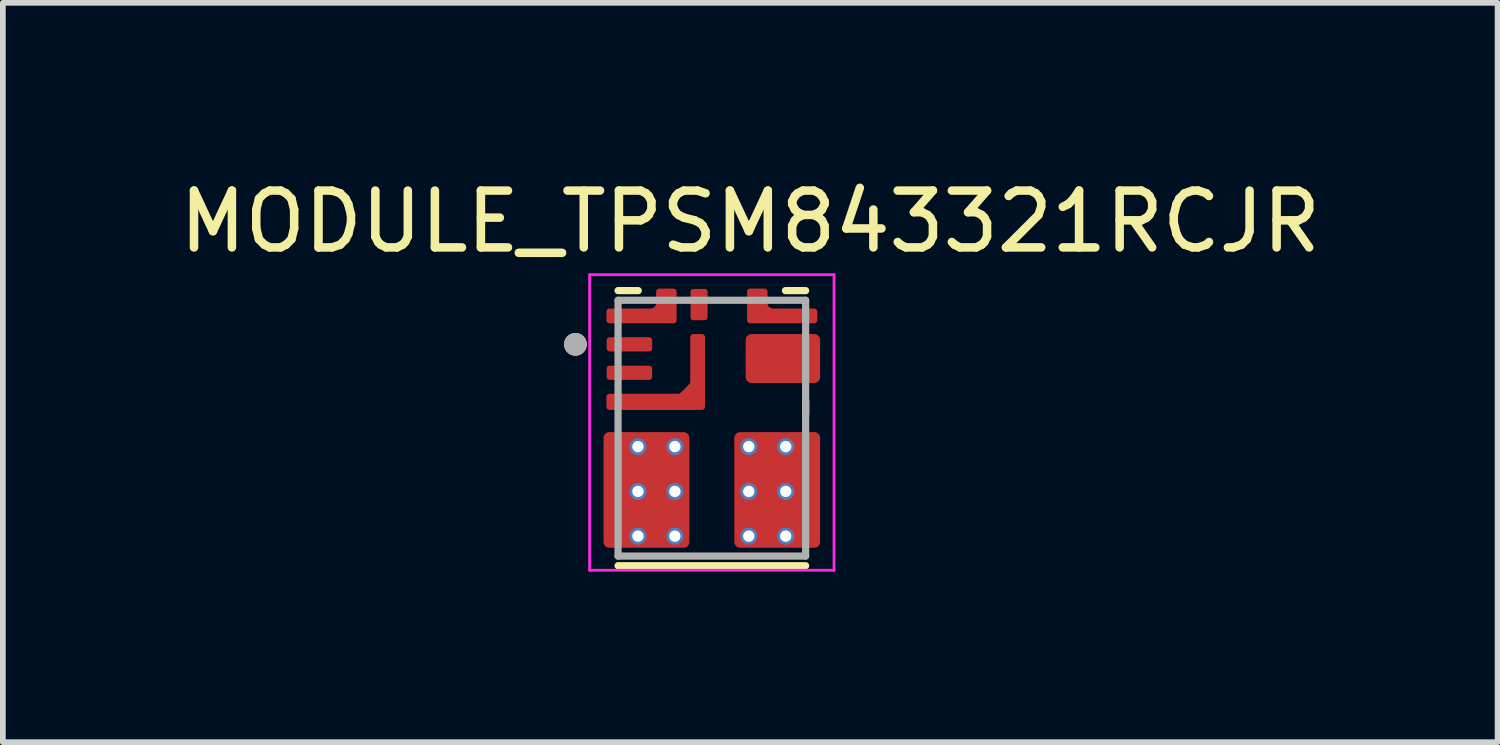
<source format=kicad_pcb>
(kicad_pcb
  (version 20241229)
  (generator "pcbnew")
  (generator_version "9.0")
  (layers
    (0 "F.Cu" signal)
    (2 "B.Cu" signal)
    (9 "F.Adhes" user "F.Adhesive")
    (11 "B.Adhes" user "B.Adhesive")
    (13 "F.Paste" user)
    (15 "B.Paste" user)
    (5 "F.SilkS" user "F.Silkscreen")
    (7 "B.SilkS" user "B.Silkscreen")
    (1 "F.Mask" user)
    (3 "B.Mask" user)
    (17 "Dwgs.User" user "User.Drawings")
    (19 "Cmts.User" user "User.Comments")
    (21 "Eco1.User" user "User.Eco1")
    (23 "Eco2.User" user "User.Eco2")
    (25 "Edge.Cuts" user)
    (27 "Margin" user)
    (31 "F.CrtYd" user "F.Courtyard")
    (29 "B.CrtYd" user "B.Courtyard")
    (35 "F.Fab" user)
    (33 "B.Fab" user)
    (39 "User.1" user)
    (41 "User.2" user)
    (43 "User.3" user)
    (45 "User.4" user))
  (footprint "MODULE_TPSM843321RCJR"
    (layer "F.Cu")
    (at 9.474 4.483)
    (property "Reference" "MODULE_TPSM843321RCJR" (at 0.675 -3.635 0) (layer "F.SilkS") (effects (font (size 1 1) (thickness 0.15))))
    (attr through_hole)
    (fp_poly (pts (xy -1.8 -1.65) (xy -1.1 -1.65) (xy -1.095 -1.65) (xy -1.09 -1.649) (xy -1.084 -1.649) (xy -1.079 -1.648) (xy -1.074 -1.647) (xy -1.069 -1.645) (xy -1.064 -1.643) (xy -1.059 -1.641) (xy -1.055 -1.639) (xy -1.05 -1.637) (xy -1.046 -1.634) (xy -1.041 -1.631) (xy -1.037 -1.628) (xy -1.033 -1.624) (xy -1.029 -1.621) (xy -1.026 -1.617) (xy -1.022 -1.613) (xy -1.019 -1.609) (xy -1.016 -1.604) (xy -1.013 -1.6) (xy -1.011 -1.595) (xy -1.009 -1.591) (xy -1.007 -1.586) (xy -1.005 -1.581) (xy -1.003 -1.576) (xy -1.002 -1.571) (xy -1.001 -1.566) (xy -1.001 -1.56) (xy -1 -1.555) (xy -1 -1.55) (xy -1 -1.4) (xy -1 -1.395) (xy -1.001 -1.39) (xy -1.001 -1.384) (xy -1.002 -1.379) (xy -1.003 -1.374) (xy -1.005 -1.369) (xy -1.007 -1.364) (xy -1.009 -1.359) (xy -1.011 -1.355) (xy -1.013 -1.35) (xy -1.016 -1.346) (xy -1.019 -1.341) (xy -1.022 -1.337) (xy -1.026 -1.333) (xy -1.029 -1.329) (xy -1.033 -1.326) (xy -1.037 -1.322) (xy -1.041 -1.319) (xy -1.046 -1.316) (xy -1.05 -1.313) (xy -1.055 -1.311) (xy -1.059 -1.309) (xy -1.064 -1.307) (xy -1.069 -1.305) (xy -1.074 -1.303) (xy -1.079 -1.302) (xy -1.084 -1.301) (xy -1.09 -1.301) (xy -1.095 -1.3) (xy -1.1 -1.3) (xy -1.8 -1.3) (xy -1.805 -1.3) (xy -1.81 -1.301) (xy -1.816 -1.301) (xy -1.821 -1.302) (xy -1.826 -1.303) (xy -1.831 -1.305) (xy -1.836 -1.307) (xy -1.841 -1.309) (xy -1.845 -1.311) (xy -1.85 -1.313) (xy -1.854 -1.316) (xy -1.859 -1.319) (xy -1.863 -1.322) (xy -1.867 -1.326) (xy -1.871 -1.329) (xy -1.874 -1.333) (xy -1.878 -1.337) (xy -1.881 -1.341) (xy -1.884 -1.346) (xy -1.887 -1.35) (xy -1.889 -1.355) (xy -1.891 -1.359) (xy -1.893 -1.364) (xy -1.895 -1.369) (xy -1.897 -1.374) (xy -1.898 -1.379) (xy -1.899 -1.384) (xy -1.899 -1.39) (xy -1.9 -1.395) (xy -1.9 -1.4) (xy -1.9 -1.55) (xy -1.9 -1.555) (xy -1.899 -1.56) (xy -1.899 -1.566) (xy -1.898 -1.571) (xy -1.897 -1.576) (xy -1.895 -1.581) (xy -1.893 -1.586) (xy -1.891 -1.591) (xy -1.889 -1.595) (xy -1.887 -1.6) (xy -1.884 -1.604) (xy -1.881 -1.609) (xy -1.878 -1.613) (xy -1.874 -1.617) (xy -1.871 -1.621) (xy -1.867 -1.624) (xy -1.863 -1.628) (xy -1.859 -1.631) (xy -1.854 -1.634) (xy -1.85 -1.637) (xy -1.845 -1.639) (xy -1.841 -1.641) (xy -1.836 -1.643) (xy -1.831 -1.645) (xy -1.826 -1.647) (xy -1.821 -1.648) (xy -1.816 -1.649) (xy -1.81 -1.649) (xy -1.805 -1.65) (xy -1.8 -1.65)) (stroke (width 0.01) (type solid)) (fill yes) (layer "F.Mask"))
    (fp_poly (pts (xy -1.8 -1.15) (xy -1.1 -1.15) (xy -1.095 -1.15) (xy -1.09 -1.149) (xy -1.084 -1.149) (xy -1.079 -1.148) (xy -1.074 -1.147) (xy -1.069 -1.145) (xy -1.064 -1.143) (xy -1.059 -1.141) (xy -1.055 -1.139) (xy -1.05 -1.137) (xy -1.046 -1.134) (xy -1.041 -1.131) (xy -1.037 -1.128) (xy -1.033 -1.124) (xy -1.029 -1.121) (xy -1.026 -1.117) (xy -1.022 -1.113) (xy -1.019 -1.109) (xy -1.016 -1.104) (xy -1.013 -1.1) (xy -1.011 -1.095) (xy -1.009 -1.091) (xy -1.007 -1.086) (xy -1.005 -1.081) (xy -1.003 -1.076) (xy -1.002 -1.071) (xy -1.001 -1.066) (xy -1.001 -1.06) (xy -1 -1.055) (xy -1 -1.05) (xy -1 -0.9) (xy -1 -0.895) (xy -1.001 -0.89) (xy -1.001 -0.884) (xy -1.002 -0.879) (xy -1.003 -0.874) (xy -1.005 -0.869) (xy -1.007 -0.864) (xy -1.009 -0.859) (xy -1.011 -0.855) (xy -1.013 -0.85) (xy -1.016 -0.846) (xy -1.019 -0.841) (xy -1.022 -0.837) (xy -1.026 -0.833) (xy -1.029 -0.829) (xy -1.033 -0.826) (xy -1.037 -0.822) (xy -1.041 -0.819) (xy -1.046 -0.816) (xy -1.05 -0.813) (xy -1.055 -0.811) (xy -1.059 -0.809) (xy -1.064 -0.807) (xy -1.069 -0.805) (xy -1.074 -0.803) (xy -1.079 -0.802) (xy -1.084 -0.801) (xy -1.09 -0.801) (xy -1.095 -0.8) (xy -1.1 -0.8) (xy -1.8 -0.8) (xy -1.805 -0.8) (xy -1.81 -0.801) (xy -1.816 -0.801) (xy -1.821 -0.802) (xy -1.826 -0.803) (xy -1.831 -0.805) (xy -1.836 -0.807) (xy -1.841 -0.809) (xy -1.845 -0.811) (xy -1.85 -0.813) (xy -1.854 -0.816) (xy -1.859 -0.819) (xy -1.863 -0.822) (xy -1.867 -0.826) (xy -1.871 -0.829) (xy -1.874 -0.833) (xy -1.878 -0.837) (xy -1.881 -0.841) (xy -1.884 -0.846) (xy -1.887 -0.85) (xy -1.889 -0.855) (xy -1.891 -0.859) (xy -1.893 -0.864) (xy -1.895 -0.869) (xy -1.897 -0.874) (xy -1.898 -0.879) (xy -1.899 -0.884) (xy -1.899 -0.89) (xy -1.9 -0.895) (xy -1.9 -0.9) (xy -1.9 -1.05) (xy -1.9 -1.055) (xy -1.899 -1.06) (xy -1.899 -1.066) (xy -1.898 -1.071) (xy -1.897 -1.076) (xy -1.895 -1.081) (xy -1.893 -1.086) (xy -1.891 -1.091) (xy -1.889 -1.095) (xy -1.887 -1.1) (xy -1.884 -1.104) (xy -1.881 -1.109) (xy -1.878 -1.113) (xy -1.874 -1.117) (xy -1.871 -1.121) (xy -1.867 -1.124) (xy -1.863 -1.128) (xy -1.859 -1.131) (xy -1.854 -1.134) (xy -1.85 -1.137) (xy -1.845 -1.139) (xy -1.841 -1.141) (xy -1.836 -1.143) (xy -1.831 -1.145) (xy -1.826 -1.147) (xy -1.821 -1.148) (xy -1.816 -1.149) (xy -1.81 -1.149) (xy -1.805 -1.15) (xy -1.8 -1.15)) (stroke (width 0.01) (type solid)) (fill yes) (layer "F.Mask"))
    (fp_poly (pts (xy -0.325 -2.5) (xy -0.125 -2.5) (xy -0.12 -2.5) (xy -0.115 -2.499) (xy -0.109 -2.499) (xy -0.104 -2.498) (xy -0.099 -2.497) (xy -0.094 -2.495) (xy -0.089 -2.493) (xy -0.084 -2.491) (xy -0.08 -2.489) (xy -0.075 -2.487) (xy -0.071 -2.484) (xy -0.066 -2.481) (xy -0.062 -2.478) (xy -0.058 -2.474) (xy -0.054 -2.471) (xy -0.051 -2.467) (xy -0.047 -2.463) (xy -0.044 -2.459) (xy -0.041 -2.454) (xy -0.038 -2.45) (xy -0.036 -2.445) (xy -0.034 -2.441) (xy -0.032 -2.436) (xy -0.03 -2.431) (xy -0.028 -2.426) (xy -0.027 -2.421) (xy -0.026 -2.416) (xy -0.026 -2.41) (xy -0.025 -2.405) (xy -0.025 -2.4) (xy -0.025 -1.95) (xy -0.025 -1.945) (xy -0.026 -1.94) (xy -0.026 -1.934) (xy -0.027 -1.929) (xy -0.028 -1.924) (xy -0.03 -1.919) (xy -0.032 -1.914) (xy -0.034 -1.909) (xy -0.036 -1.905) (xy -0.038 -1.9) (xy -0.041 -1.896) (xy -0.044 -1.891) (xy -0.047 -1.887) (xy -0.051 -1.883) (xy -0.054 -1.879) (xy -0.058 -1.876) (xy -0.062 -1.872) (xy -0.066 -1.869) (xy -0.071 -1.866) (xy -0.075 -1.863) (xy -0.08 -1.861) (xy -0.084 -1.859) (xy -0.089 -1.857) (xy -0.094 -1.855) (xy -0.099 -1.853) (xy -0.104 -1.852) (xy -0.109 -1.851) (xy -0.115 -1.851) (xy -0.12 -1.85) (xy -0.125 -1.85) (xy -0.325 -1.85) (xy -0.33 -1.85) (xy -0.335 -1.851) (xy -0.341 -1.851) (xy -0.346 -1.852) (xy -0.351 -1.853) (xy -0.356 -1.855) (xy -0.361 -1.857) (xy -0.366 -1.859) (xy -0.37 -1.861) (xy -0.375 -1.863) (xy -0.379 -1.866) (xy -0.384 -1.869) (xy -0.388 -1.872) (xy -0.392 -1.876) (xy -0.396 -1.879) (xy -0.399 -1.883) (xy -0.403 -1.887) (xy -0.406 -1.891) (xy -0.409 -1.896) (xy -0.412 -1.9) (xy -0.414 -1.905) (xy -0.416 -1.909) (xy -0.418 -1.914) (xy -0.42 -1.919) (xy -0.422 -1.924) (xy -0.423 -1.929) (xy -0.424 -1.934) (xy -0.424 -1.94) (xy -0.425 -1.945) (xy -0.425 -1.95) (xy -0.425 -2.4) (xy -0.425 -2.405) (xy -0.424 -2.41) (xy -0.424 -2.416) (xy -0.423 -2.421) (xy -0.422 -2.426) (xy -0.42 -2.431) (xy -0.418 -2.436) (xy -0.416 -2.441) (xy -0.414 -2.445) (xy -0.412 -2.45) (xy -0.409 -2.454) (xy -0.406 -2.459) (xy -0.403 -2.463) (xy -0.399 -2.467) (xy -0.396 -2.471) (xy -0.392 -2.474) (xy -0.388 -2.478) (xy -0.384 -2.481) (xy -0.379 -2.484) (xy -0.375 -2.487) (xy -0.37 -2.489) (xy -0.366 -2.491) (xy -0.361 -2.493) (xy -0.356 -2.495) (xy -0.351 -2.497) (xy -0.346 -2.498) (xy -0.341 -2.499) (xy -0.335 -2.499) (xy -0.33 -2.5) (xy -0.325 -2.5)) (stroke (width 0.01) (type solid)) (fill yes) (layer "F.Mask"))
    (fp_poly (pts (xy -1.075 -2.15) (xy -1.8 -2.15) (xy -1.805 -2.15) (xy -1.81 -2.149) (xy -1.816 -2.149) (xy -1.821 -2.148) (xy -1.826 -2.147) (xy -1.831 -2.145) (xy -1.836 -2.143) (xy -1.841 -2.141) (xy -1.845 -2.139) (xy -1.85 -2.137) (xy -1.854 -2.134) (xy -1.859 -2.131) (xy -1.863 -2.128) (xy -1.867 -2.124) (xy -1.871 -2.121) (xy -1.874 -2.117) (xy -1.878 -2.113) (xy -1.881 -2.109) (xy -1.884 -2.104) (xy -1.887 -2.1) (xy -1.889 -2.095) (xy -1.891 -2.091) (xy -1.893 -2.086) (xy -1.895 -2.081) (xy -1.897 -2.076) (xy -1.898 -2.071) (xy -1.899 -2.066) (xy -1.899 -2.06) (xy -1.9 -2.055) (xy -1.9 -2.05) (xy -1.9 -1.9) (xy -1.9 -1.895) (xy -1.899 -1.89) (xy -1.899 -1.884) (xy -1.898 -1.879) (xy -1.897 -1.874) (xy -1.895 -1.869) (xy -1.893 -1.864) (xy -1.891 -1.859) (xy -1.889 -1.855) (xy -1.887 -1.85) (xy -1.884 -1.846) (xy -1.881 -1.841) (xy -1.878 -1.837) (xy -1.874 -1.833) (xy -1.871 -1.829) (xy -1.867 -1.826) (xy -1.863 -1.822) (xy -1.859 -1.819) (xy -1.854 -1.816) (xy -1.85 -1.813) (xy -1.845 -1.811) (xy -1.841 -1.809) (xy -1.836 -1.807) (xy -1.831 -1.805) (xy -1.826 -1.803) (xy -1.821 -1.802) (xy -1.816 -1.801) (xy -1.81 -1.801) (xy -1.805 -1.8) (xy -1.8 -1.8) (xy -0.675 -1.8) (xy -0.67 -1.8) (xy -0.665 -1.801) (xy -0.659 -1.801) (xy -0.654 -1.802) (xy -0.649 -1.803) (xy -0.644 -1.805) (xy -0.639 -1.807) (xy -0.634 -1.809) (xy -0.63 -1.811) (xy -0.625 -1.813) (xy -0.621 -1.816) (xy -0.616 -1.819) (xy -0.612 -1.822) (xy -0.608 -1.826) (xy -0.604 -1.829) (xy -0.601 -1.833) (xy -0.597 -1.837) (xy -0.594 -1.841) (xy -0.591 -1.846) (xy -0.588 -1.85) (xy -0.586 -1.855) (xy -0.584 -1.859) (xy -0.582 -1.864) (xy -0.58 -1.869) (xy -0.578 -1.874) (xy -0.577 -1.879) (xy -0.576 -1.884) (xy -0.576 -1.89) (xy -0.575 -1.895) (xy -0.575 -1.9) (xy -0.575 -2.4) (xy -0.575 -2.405) (xy -0.576 -2.41) (xy -0.576 -2.416) (xy -0.577 -2.421) (xy -0.578 -2.426) (xy -0.58 -2.431) (xy -0.582 -2.436) (xy -0.584 -2.441) (xy -0.586 -2.445) (xy -0.588 -2.45) (xy -0.591 -2.454) (xy -0.594 -2.459) (xy -0.597 -2.463) (xy -0.601 -2.467) (xy -0.604 -2.471) (xy -0.608 -2.474) (xy -0.612 -2.478) (xy -0.616 -2.481) (xy -0.621 -2.484) (xy -0.625 -2.487) (xy -0.63 -2.489) (xy -0.634 -2.491) (xy -0.639 -2.493) (xy -0.644 -2.495) (xy -0.649 -2.497) (xy -0.654 -2.498) (xy -0.659 -2.499) (xy -0.665 -2.499) (xy -0.67 -2.5) (xy -0.675 -2.5) (xy -0.925 -2.5) (xy -0.93 -2.5) (xy -0.935 -2.499) (xy -0.941 -2.499) (xy -0.946 -2.498) (xy -0.951 -2.497) (xy -0.956 -2.495) (xy -0.961 -2.493) (xy -0.966 -2.491) (xy -0.97 -2.489) (xy -0.975 -2.487) (xy -0.979 -2.484) (xy -0.984 -2.481) (xy -0.988 -2.478) (xy -0.992 -2.474) (xy -0.996 -2.471) (xy -0.999 -2.467) (xy -1.003 -2.463) (xy -1.006 -2.459) (xy -1.009 -2.454) (xy -1.012 -2.45) (xy -1.014 -2.445) (xy -1.016 -2.441) (xy -1.018 -2.436) (xy -1.02 -2.431) (xy -1.022 -2.426) (xy -1.023 -2.421) (xy -1.024 -2.416) (xy -1.024 -2.41) (xy -1.025 -2.405) (xy -1.025 -2.4) (xy -1.025 -2.2) (xy -1.025 -2.197) (xy -1.025 -2.195) (xy -1.026 -2.192) (xy -1.026 -2.19) (xy -1.027 -2.187) (xy -1.027 -2.185) (xy -1.028 -2.182) (xy -1.029 -2.18) (xy -1.03 -2.177) (xy -1.032 -2.175) (xy -1.033 -2.173) (xy -1.035 -2.171) (xy -1.036 -2.169) (xy -1.038 -2.167) (xy -1.04 -2.165) (xy -1.042 -2.163) (xy -1.044 -2.161) (xy -1.046 -2.16) (xy -1.048 -2.158) (xy -1.05 -2.157) (xy -1.052 -2.155) (xy -1.055 -2.154) (xy -1.057 -2.153) (xy -1.06 -2.152) (xy -1.062 -2.152) (xy -1.065 -2.151) (xy -1.067 -2.151) (xy -1.07 -2.15) (xy -1.072 -2.15) (xy -1.075 -2.15)) (stroke (width 0.01) (type solid)) (fill yes) (layer "F.Mask"))
    (fp_poly (pts (xy 1.075 -2.15) (xy 1.8 -2.15) (xy 1.805 -2.15) (xy 1.81 -2.149) (xy 1.816 -2.149) (xy 1.821 -2.148) (xy 1.826 -2.147) (xy 1.831 -2.145) (xy 1.836 -2.143) (xy 1.841 -2.141) (xy 1.845 -2.139) (xy 1.85 -2.137) (xy 1.854 -2.134) (xy 1.859 -2.131) (xy 1.863 -2.128) (xy 1.867 -2.124) (xy 1.871 -2.121) (xy 1.874 -2.117) (xy 1.878 -2.113) (xy 1.881 -2.109) (xy 1.884 -2.104) (xy 1.887 -2.1) (xy 1.889 -2.095) (xy 1.891 -2.091) (xy 1.893 -2.086) (xy 1.895 -2.081) (xy 1.897 -2.076) (xy 1.898 -2.071) (xy 1.899 -2.066) (xy 1.899 -2.06) (xy 1.9 -2.055) (xy 1.9 -2.05) (xy 1.9 -1.9) (xy 1.9 -1.895) (xy 1.899 -1.89) (xy 1.899 -1.884) (xy 1.898 -1.879) (xy 1.897 -1.874) (xy 1.895 -1.869) (xy 1.893 -1.864) (xy 1.891 -1.859) (xy 1.889 -1.855) (xy 1.887 -1.85) (xy 1.884 -1.846) (xy 1.881 -1.841) (xy 1.878 -1.837) (xy 1.874 -1.833) (xy 1.871 -1.829) (xy 1.867 -1.826) (xy 1.863 -1.822) (xy 1.859 -1.819) (xy 1.854 -1.816) (xy 1.85 -1.813) (xy 1.845 -1.811) (xy 1.841 -1.809) (xy 1.836 -1.807) (xy 1.831 -1.805) (xy 1.826 -1.803) (xy 1.821 -1.802) (xy 1.816 -1.801) (xy 1.81 -1.801) (xy 1.805 -1.8) (xy 1.8 -1.8) (xy 0.675 -1.8) (xy 0.67 -1.8) (xy 0.665 -1.801) (xy 0.659 -1.801) (xy 0.654 -1.802) (xy 0.649 -1.803) (xy 0.644 -1.805) (xy 0.639 -1.807) (xy 0.634 -1.809) (xy 0.63 -1.811) (xy 0.625 -1.813) (xy 0.621 -1.816) (xy 0.616 -1.819) (xy 0.612 -1.822) (xy 0.608 -1.826) (xy 0.604 -1.829) (xy 0.601 -1.833) (xy 0.597 -1.837) (xy 0.594 -1.841) (xy 0.591 -1.846) (xy 0.588 -1.85) (xy 0.586 -1.855) (xy 0.584 -1.859) (xy 0.582 -1.864) (xy 0.58 -1.869) (xy 0.578 -1.874) (xy 0.577 -1.879) (xy 0.576 -1.884) (xy 0.576 -1.89) (xy 0.575 -1.895) (xy 0.575 -1.9) (xy 0.575 -2.4) (xy 0.575 -2.405) (xy 0.576 -2.41) (xy 0.576 -2.416) (xy 0.577 -2.421) (xy 0.578 -2.426) (xy 0.58 -2.431) (xy 0.582 -2.436) (xy 0.584 -2.441) (xy 0.586 -2.445) (xy 0.588 -2.45) (xy 0.591 -2.454) (xy 0.594 -2.459) (xy 0.597 -2.463) (xy 0.601 -2.467) (xy 0.604 -2.471) (xy 0.608 -2.474) (xy 0.612 -2.478) (xy 0.616 -2.481) (xy 0.621 -2.484) (xy 0.625 -2.487) (xy 0.63 -2.489) (xy 0.634 -2.491) (xy 0.639 -2.493) (xy 0.644 -2.495) (xy 0.649 -2.497) (xy 0.654 -2.498) (xy 0.659 -2.499) (xy 0.665 -2.499) (xy 0.67 -2.5) (xy 0.675 -2.5) (xy 0.925 -2.5) (xy 0.93 -2.5) (xy 0.935 -2.499) (xy 0.941 -2.499) (xy 0.946 -2.498) (xy 0.951 -2.497) (xy 0.956 -2.495) (xy 0.961 -2.493) (xy 0.966 -2.491) (xy 0.97 -2.489) (xy 0.975 -2.487) (xy 0.979 -2.484) (xy 0.984 -2.481) (xy 0.988 -2.478) (xy 0.992 -2.474) (xy 0.996 -2.471) (xy 0.999 -2.467) (xy 1.003 -2.463) (xy 1.006 -2.459) (xy 1.009 -2.454) (xy 1.012 -2.45) (xy 1.014 -2.445) (xy 1.016 -2.441) (xy 1.018 -2.436) (xy 1.02 -2.431) (xy 1.022 -2.426) (xy 1.023 -2.421) (xy 1.024 -2.416) (xy 1.024 -2.41) (xy 1.025 -2.405) (xy 1.025 -2.4) (xy 1.025 -2.2) (xy 1.025 -2.197) (xy 1.025 -2.195) (xy 1.026 -2.192) (xy 1.026 -2.19) (xy 1.027 -2.187) (xy 1.027 -2.185) (xy 1.028 -2.182) (xy 1.029 -2.18) (xy 1.03 -2.177) (xy 1.032 -2.175) (xy 1.033 -2.173) (xy 1.035 -2.171) (xy 1.036 -2.169) (xy 1.038 -2.167) (xy 1.04 -2.165) (xy 1.042 -2.163) (xy 1.044 -2.161) (xy 1.046 -2.16) (xy 1.048 -2.158) (xy 1.05 -2.157) (xy 1.052 -2.155) (xy 1.055 -2.154) (xy 1.057 -2.153) (xy 1.06 -2.152) (xy 1.062 -2.152) (xy 1.065 -2.151) (xy 1.067 -2.151) (xy 1.07 -2.15) (xy 1.072 -2.15) (xy 1.075 -2.15)) (stroke (width 0.01) (type solid)) (fill yes) (layer "F.Mask"))
    (fp_poly (pts (xy -0.075 -1.6) (xy -0.075 -0.376) (xy -0.075 -0.37) (xy -0.076 -0.365) (xy -0.076 -0.36) (xy -0.077 -0.355) (xy -0.078 -0.35) (xy -0.08 -0.345) (xy -0.082 -0.34) (xy -0.084 -0.335) (xy -0.086 -0.33) (xy -0.088 -0.326) (xy -0.091 -0.321) (xy -0.094 -0.317) (xy -0.097 -0.313) (xy -0.101 -0.309) (xy -0.104 -0.305) (xy -0.108 -0.301) (xy -0.112 -0.298) (xy -0.116 -0.295) (xy -0.121 -0.292) (xy -0.125 -0.289) (xy -0.13 -0.286) (xy -0.134 -0.284) (xy -0.139 -0.282) (xy -0.144 -0.28) (xy -0.149 -0.279) (xy -0.154 -0.278) (xy -0.159 -0.277) (xy -0.165 -0.276) (xy -0.17 -0.276) (xy -0.175 -0.276) (xy -1.8 -0.276) (xy -1.805 -0.276) (xy -1.81 -0.276) (xy -1.816 -0.277) (xy -1.821 -0.278) (xy -1.826 -0.279) (xy -1.831 -0.28) (xy -1.836 -0.282) (xy -1.841 -0.284) (xy -1.845 -0.286) (xy -1.85 -0.289) (xy -1.854 -0.292) (xy -1.859 -0.295) (xy -1.863 -0.298) (xy -1.867 -0.301) (xy -1.871 -0.305) (xy -1.874 -0.309) (xy -1.878 -0.313) (xy -1.881 -0.317) (xy -1.884 -0.321) (xy -1.887 -0.325) (xy -1.889 -0.33) (xy -1.891 -0.335) (xy -1.893 -0.34) (xy -1.895 -0.345) (xy -1.897 -0.35) (xy -1.898 -0.355) (xy -1.899 -0.36) (xy -1.899 -0.365) (xy -1.9 -0.37) (xy -1.9 -0.376) (xy -1.9 -0.55) (xy -1.9 -0.556) (xy -1.899 -0.561) (xy -1.899 -0.566) (xy -1.898 -0.571) (xy -1.897 -0.576) (xy -1.895 -0.581) (xy -1.893 -0.586) (xy -1.891 -0.591) (xy -1.889 -0.596) (xy -1.887 -0.601) (xy -1.884 -0.605) (xy -1.881 -0.609) (xy -1.878 -0.613) (xy -1.874 -0.617) (xy -1.871 -0.621) (xy -1.867 -0.625) (xy -1.863 -0.628) (xy -1.859 -0.631) (xy -1.854 -0.634) (xy -1.85 -0.637) (xy -1.845 -0.64) (xy -1.841 -0.642) (xy -1.836 -0.644) (xy -1.831 -0.646) (xy -1.826 -0.647) (xy -1.821 -0.648) (xy -1.816 -0.649) (xy -1.81 -0.65) (xy -1.805 -0.65) (xy -1.8 -0.65) (xy -0.627 -0.65) (xy -0.625 -0.651) (xy -0.622 -0.651) (xy -0.619 -0.651) (xy -0.617 -0.651) (xy -0.614 -0.651) (xy -0.611 -0.652) (xy -0.609 -0.652) (xy -0.606 -0.653) (xy -0.604 -0.653) (xy -0.601 -0.654) (xy -0.599 -0.655) (xy -0.596 -0.655) (xy -0.594 -0.656) (xy -0.591 -0.657) (xy -0.589 -0.658) (xy -0.586 -0.659) (xy -0.584 -0.66) (xy -0.582 -0.661) (xy -0.579 -0.663) (xy -0.577 -0.664) (xy -0.575 -0.665) (xy -0.573 -0.667) (xy -0.57 -0.668) (xy -0.568 -0.67) (xy -0.566 -0.671) (xy -0.564 -0.673) (xy -0.562 -0.674) (xy -0.56 -0.676) (xy -0.558 -0.678) (xy -0.556 -0.68) (xy -0.454 -0.782) (xy -0.452 -0.784) (xy -0.451 -0.786) (xy -0.449 -0.788) (xy -0.447 -0.79) (xy -0.446 -0.792) (xy -0.444 -0.794) (xy -0.443 -0.796) (xy -0.441 -0.798) (xy -0.44 -0.8) (xy -0.438 -0.803) (xy -0.437 -0.805) (xy -0.436 -0.807) (xy -0.435 -0.81) (xy -0.434 -0.812) (xy -0.433 -0.814) (xy -0.432 -0.817) (xy -0.431 -0.819) (xy -0.43 -0.822) (xy -0.429 -0.824) (xy -0.428 -0.827) (xy -0.428 -0.829) (xy -0.427 -0.832) (xy -0.427 -0.834) (xy -0.426 -0.837) (xy -0.426 -0.84) (xy -0.426 -0.842) (xy -0.425 -0.845) (xy -0.425 -0.847) (xy -0.425 -0.85) (xy -0.425 -0.853) (xy -0.425 -1.6) (xy -0.425 -1.605) (xy -0.424 -1.61) (xy -0.424 -1.616) (xy -0.423 -1.621) (xy -0.422 -1.626) (xy -0.42 -1.631) (xy -0.418 -1.636) (xy -0.416 -1.641) (xy -0.414 -1.645) (xy -0.412 -1.65) (xy -0.409 -1.654) (xy -0.406 -1.659) (xy -0.403 -1.663) (xy -0.399 -1.667) (xy -0.396 -1.671) (xy -0.392 -1.674) (xy -0.388 -1.678) (xy -0.384 -1.681) (xy -0.379 -1.684) (xy -0.375 -1.687) (xy -0.37 -1.689) (xy -0.366 -1.691) (xy -0.361 -1.693) (xy -0.356 -1.695) (xy -0.351 -1.697) (xy -0.346 -1.698) (xy -0.341 -1.699) (xy -0.335 -1.699) (xy -0.33 -1.7) (xy -0.325 -1.7) (xy -0.175 -1.7) (xy -0.17 -1.7) (xy -0.165 -1.699) (xy -0.159 -1.699) (xy -0.154 -1.698) (xy -0.149 -1.697) (xy -0.144 -1.695) (xy -0.139 -1.693) (xy -0.134 -1.691) (xy -0.13 -1.689) (xy -0.125 -1.687) (xy -0.121 -1.684) (xy -0.116 -1.681) (xy -0.112 -1.678) (xy -0.108 -1.674) (xy -0.104 -1.671) (xy -0.101 -1.667) (xy -0.097 -1.663) (xy -0.094 -1.659) (xy -0.091 -1.654) (xy -0.088 -1.65) (xy -0.086 -1.645) (xy -0.084 -1.641) (xy -0.082 -1.636) (xy -0.08 -1.631) (xy -0.078 -1.626) (xy -0.077 -1.621) (xy -0.076 -1.616) (xy -0.076 -1.61) (xy -0.075 -1.605) (xy -0.075 -1.6)) (stroke (width 0.01) (type solid)) (fill yes) (layer "F.Mask"))
    (fp_poly (pts (xy 1.85 -1.4) (xy 1.85 -1.55) (xy 1.85 -1.553) (xy 1.85 -1.555) (xy 1.849 -1.558) (xy 1.849 -1.56) (xy 1.848 -1.563) (xy 1.848 -1.565) (xy 1.847 -1.568) (xy 1.846 -1.57) (xy 1.845 -1.573) (xy 1.843 -1.575) (xy 1.842 -1.577) (xy 1.84 -1.579) (xy 1.839 -1.581) (xy 1.837 -1.583) (xy 1.835 -1.585) (xy 1.833 -1.587) (xy 1.831 -1.589) (xy 1.829 -1.59) (xy 1.827 -1.592) (xy 1.825 -1.593) (xy 1.823 -1.595) (xy 1.82 -1.596) (xy 1.818 -1.597) (xy 1.815 -1.598) (xy 1.813 -1.598) (xy 1.81 -1.599) (xy 1.808 -1.599) (xy 1.805 -1.6) (xy 1.803 -1.6) (xy 1.8 -1.6) (xy 0.7 -1.6) (xy 0.697 -1.6) (xy 0.695 -1.6) (xy 0.692 -1.599) (xy 0.69 -1.599) (xy 0.687 -1.598) (xy 0.685 -1.598) (xy 0.682 -1.597) (xy 0.68 -1.596) (xy 0.677 -1.595) (xy 0.675 -1.593) (xy 0.673 -1.592) (xy 0.671 -1.59) (xy 0.669 -1.589) (xy 0.667 -1.587) (xy 0.665 -1.585) (xy 0.663 -1.583) (xy 0.661 -1.581) (xy 0.66 -1.579) (xy 0.658 -1.577) (xy 0.657 -1.575) (xy 0.655 -1.573) (xy 0.654 -1.57) (xy 0.653 -1.568) (xy 0.652 -1.565) (xy 0.652 -1.563) (xy 0.651 -1.56) (xy 0.651 -1.558) (xy 0.65 -1.555) (xy 0.65 -1.553) (xy 0.65 -1.55) (xy 0.65 -0.9) (xy 0.65 -0.897) (xy 0.65 -0.895) (xy 0.651 -0.892) (xy 0.651 -0.89) (xy 0.652 -0.887) (xy 0.652 -0.885) (xy 0.653 -0.882) (xy 0.654 -0.88) (xy 0.655 -0.877) (xy 0.657 -0.875) (xy 0.658 -0.873) (xy 0.66 -0.871) (xy 0.661 -0.869) (xy 0.663 -0.867) (xy 0.665 -0.865) (xy 0.667 -0.863) (xy 0.669 -0.861) (xy 0.671 -0.86) (xy 0.673 -0.858) (xy 0.675 -0.857) (xy 0.677 -0.855) (xy 0.68 -0.854) (xy 0.682 -0.853) (xy 0.685 -0.852) (xy 0.687 -0.852) (xy 0.69 -0.851) (xy 0.692 -0.851) (xy 0.695 -0.85) (xy 0.697 -0.85) (xy 0.7 -0.85) (xy 1.8 -0.85) (xy 1.803 -0.85) (xy 1.805 -0.85) (xy 1.808 -0.851) (xy 1.81 -0.851) (xy 1.813 -0.852) (xy 1.815 -0.852) (xy 1.818 -0.853) (xy 1.82 -0.854) (xy 1.823 -0.855) (xy 1.825 -0.857) (xy 1.827 -0.858) (xy 1.829 -0.86) (xy 1.831 -0.861) (xy 1.833 -0.863) (xy 1.835 -0.865) (xy 1.837 -0.867) (xy 1.839 -0.869) (xy 1.84 -0.871) (xy 1.842 -0.873) (xy 1.843 -0.875) (xy 1.845 -0.877) (xy 1.846 -0.88) (xy 1.847 -0.882) (xy 1.848 -0.885) (xy 1.848 -0.887) (xy 1.849 -0.89) (xy 1.849 -0.892) (xy 1.85 -0.895) (xy 1.85 -0.897) (xy 1.85 -0.9) (xy 1.85 -1.05) (xy 1.85 -1.053) (xy 1.85 -1.055) (xy 1.849 -1.058) (xy 1.849 -1.06) (xy 1.848 -1.063) (xy 1.848 -1.065) (xy 1.847 -1.068) (xy 1.846 -1.07) (xy 1.845 -1.073) (xy 1.843 -1.075) (xy 1.842 -1.077) (xy 1.84 -1.079) (xy 1.839 -1.081) (xy 1.837 -1.083) (xy 1.835 -1.085) (xy 1.833 -1.087) (xy 1.831 -1.089) (xy 1.829 -1.09) (xy 1.827 -1.092) (xy 1.825 -1.093) (xy 1.823 -1.095) (xy 1.82 -1.096) (xy 1.818 -1.097) (xy 1.815 -1.098) (xy 1.813 -1.098) (xy 1.81 -1.099) (xy 1.808 -1.099) (xy 1.805 -1.1) (xy 1.803 -1.1) (xy 1.8 -1.1) (xy 1.5 -1.1) (xy 1.497 -1.1) (xy 1.495 -1.1) (xy 1.492 -1.101) (xy 1.49 -1.101) (xy 1.487 -1.102) (xy 1.485 -1.102) (xy 1.482 -1.103) (xy 1.48 -1.104) (xy 1.477 -1.105) (xy 1.475 -1.107) (xy 1.473 -1.108) (xy 1.471 -1.11) (xy 1.469 -1.111) (xy 1.467 -1.113) (xy 1.465 -1.115) (xy 1.463 -1.117) (xy 1.461 -1.119) (xy 1.46 -1.121) (xy 1.458 -1.123) (xy 1.457 -1.125) (xy 1.455 -1.127) (xy 1.454 -1.13) (xy 1.453 -1.132) (xy 1.452 -1.135) (xy 1.452 -1.137) (xy 1.451 -1.14) (xy 1.451 -1.142) (xy 1.45 -1.145) (xy 1.45 -1.147) (xy 1.45 -1.15) (xy 1.45 -1.3) (xy 1.45 -1.303) (xy 1.45 -1.305) (xy 1.451 -1.308) (xy 1.451 -1.31) (xy 1.452 -1.313) (xy 1.452 -1.315) (xy 1.453 -1.318) (xy 1.454 -1.32) (xy 1.455 -1.323) (xy 1.457 -1.325) (xy 1.458 -1.327) (xy 1.46 -1.329) (xy 1.461 -1.331) (xy 1.463 -1.333) (xy 1.465 -1.335) (xy 1.467 -1.337) (xy 1.469 -1.339) (xy 1.471 -1.34) (xy 1.473 -1.342) (xy 1.475 -1.343) (xy 1.477 -1.345) (xy 1.48 -1.346) (xy 1.482 -1.347) (xy 1.485 -1.348) (xy 1.487 -1.348) (xy 1.49 -1.349) (xy 1.492 -1.349) (xy 1.495 -1.35) (xy 1.497 -1.35) (xy 1.5 -1.35) (xy 1.8 -1.35) (xy 1.803 -1.35) (xy 1.805 -1.35) (xy 1.808 -1.351) (xy 1.81 -1.351) (xy 1.813 -1.352) (xy 1.815 -1.352) (xy 1.818 -1.353) (xy 1.82 -1.354) (xy 1.823 -1.355) (xy 1.825 -1.357) (xy 1.827 -1.358) (xy 1.829 -1.36) (xy 1.831 -1.361) (xy 1.833 -1.363) (xy 1.835 -1.365) (xy 1.837 -1.367) (xy 1.839 -1.369) (xy 1.84 -1.371) (xy 1.842 -1.373) (xy 1.843 -1.375) (xy 1.845 -1.377) (xy 1.846 -1.38) (xy 1.847 -1.382) (xy 1.848 -1.385) (xy 1.848 -1.387) (xy 1.849 -1.39) (xy 1.849 -1.392) (xy 1.85 -1.395) (xy 1.85 -1.397) (xy 1.85 -1.4)) (stroke (width 0.01) (type solid)) (fill yes) (layer "F.Mask"))
    (fp_poly (pts (xy -1.45 1.34) (xy -1.45 1.49) (xy -1.45 1.493) (xy -1.45 1.495) (xy -1.451 1.498) (xy -1.451 1.5) (xy -1.452 1.503) (xy -1.452 1.505) (xy -1.453 1.508) (xy -1.454 1.51) (xy -1.455 1.513) (xy -1.457 1.515) (xy -1.458 1.517) (xy -1.46 1.519) (xy -1.461 1.521) (xy -1.463 1.523) (xy -1.465 1.525) (xy -1.467 1.527) (xy -1.469 1.529) (xy -1.471 1.53) (xy -1.473 1.532) (xy -1.475 1.533) (xy -1.477 1.535) (xy -1.48 1.536) (xy -1.482 1.537) (xy -1.485 1.538) (xy -1.487 1.538) (xy -1.49 1.539) (xy -1.492 1.539) (xy -1.495 1.54) (xy -1.497 1.54) (xy -1.5 1.54) (xy -1.8 1.54) (xy -1.803 1.54) (xy -1.805 1.54) (xy -1.808 1.541) (xy -1.81 1.541) (xy -1.813 1.542) (xy -1.815 1.542) (xy -1.818 1.543) (xy -1.82 1.544) (xy -1.823 1.545) (xy -1.825 1.547) (xy -1.827 1.548) (xy -1.829 1.55) (xy -1.831 1.551) (xy -1.833 1.553) (xy -1.835 1.555) (xy -1.837 1.557) (xy -1.839 1.559) (xy -1.84 1.561) (xy -1.842 1.563) (xy -1.843 1.565) (xy -1.845 1.567) (xy -1.846 1.57) (xy -1.847 1.572) (xy -1.848 1.575) (xy -1.848 1.577) (xy -1.849 1.58) (xy -1.849 1.582) (xy -1.85 1.585) (xy -1.85 1.587) (xy -1.85 1.59) (xy -1.85 1.74) (xy -1.85 1.743) (xy -1.85 1.745) (xy -1.849 1.748) (xy -1.849 1.75) (xy -1.848 1.753) (xy -1.848 1.755) (xy -1.847 1.758) (xy -1.846 1.76) (xy -1.845 1.763) (xy -1.843 1.765) (xy -1.842 1.767) (xy -1.84 1.769) (xy -1.839 1.771) (xy -1.837 1.773) (xy -1.835 1.775) (xy -1.833 1.777) (xy -1.831 1.779) (xy -1.829 1.78) (xy -1.827 1.782) (xy -1.825 1.783) (xy -1.823 1.785) (xy -1.82 1.786) (xy -1.818 1.787) (xy -1.815 1.788) (xy -1.813 1.788) (xy -1.81 1.789) (xy -1.808 1.789) (xy -1.805 1.79) (xy -1.803 1.79) (xy -1.8 1.79) (xy -1.5 1.79) (xy -1.497 1.79) (xy -1.495 1.79) (xy -1.492 1.791) (xy -1.49 1.791) (xy -1.487 1.792) (xy -1.485 1.792) (xy -1.482 1.793) (xy -1.48 1.794) (xy -1.477 1.795) (xy -1.475 1.797) (xy -1.473 1.798) (xy -1.471 1.8) (xy -1.469 1.801) (xy -1.467 1.803) (xy -1.465 1.805) (xy -1.463 1.807) (xy -1.461 1.809) (xy -1.46 1.811) (xy -1.458 1.813) (xy -1.457 1.815) (xy -1.455 1.817) (xy -1.454 1.82) (xy -1.453 1.822) (xy -1.452 1.825) (xy -1.452 1.827) (xy -1.451 1.83) (xy -1.451 1.832) (xy -1.45 1.835) (xy -1.45 1.837) (xy -1.45 1.84) (xy -1.45 2) (xy -1.45 2.003) (xy -1.45 2.005) (xy -1.449 2.008) (xy -1.449 2.01) (xy -1.448 2.013) (xy -1.448 2.015) (xy -1.447 2.018) (xy -1.446 2.02) (xy -1.445 2.023) (xy -1.443 2.025) (xy -1.442 2.027) (xy -1.44 2.029) (xy -1.439 2.031) (xy -1.437 2.033) (xy -1.435 2.035) (xy -1.433 2.037) (xy -1.431 2.039) (xy -1.429 2.04) (xy -1.427 2.042) (xy -1.425 2.043) (xy -1.423 2.045) (xy -1.42 2.046) (xy -1.418 2.047) (xy -1.415 2.048) (xy -1.413 2.048) (xy -1.41 2.049) (xy -1.408 2.049) (xy -1.405 2.05) (xy -1.403 2.05) (xy -1.4 2.05) (xy -0.5 2.05) (xy -0.497 2.05) (xy -0.495 2.05) (xy -0.492 2.049) (xy -0.49 2.049) (xy -0.487 2.048) (xy -0.485 2.048) (xy -0.482 2.047) (xy -0.48 2.046) (xy -0.477 2.045) (xy -0.475 2.043) (xy -0.473 2.042) (xy -0.471 2.04) (xy -0.469 2.039) (xy -0.467 2.037) (xy -0.465 2.035) (xy -0.463 2.033) (xy -0.461 2.031) (xy -0.46 2.029) (xy -0.458 2.027) (xy -0.457 2.025) (xy -0.455 2.023) (xy -0.454 2.02) (xy -0.453 2.018) (xy -0.452 2.015) (xy -0.452 2.013) (xy -0.451 2.01) (xy -0.451 2.008) (xy -0.45 2.005) (xy -0.45 2.003) (xy -0.45 2) (xy -0.45 0.175) (xy -0.45 0.172) (xy -0.45 0.17) (xy -0.451 0.167) (xy -0.451 0.165) (xy -0.452 0.162) (xy -0.452 0.16) (xy -0.453 0.157) (xy -0.454 0.155) (xy -0.455 0.152) (xy -0.457 0.15) (xy -0.458 0.148) (xy -0.46 0.146) (xy -0.461 0.144) (xy -0.463 0.142) (xy -0.465 0.14) (xy -0.467 0.138) (xy -0.469 0.136) (xy -0.471 0.135) (xy -0.473 0.133) (xy -0.475 0.132) (xy -0.477 0.13) (xy -0.48 0.129) (xy -0.482 0.128) (xy -0.485 0.127) (xy -0.487 0.127) (xy -0.49 0.126) (xy -0.492 0.126) (xy -0.495 0.125) (xy -0.497 0.125) (xy -0.5 0.125) (xy -1.4 0.125) (xy -1.403 0.125) (xy -1.405 0.125) (xy -1.408 0.126) (xy -1.41 0.126) (xy -1.413 0.127) (xy -1.415 0.127) (xy -1.418 0.128) (xy -1.42 0.129) (xy -1.423 0.13) (xy -1.425 0.132) (xy -1.427 0.133) (xy -1.429 0.135) (xy -1.431 0.136) (xy -1.433 0.138) (xy -1.435 0.14) (xy -1.437 0.142) (xy -1.439 0.144) (xy -1.44 0.146) (xy -1.442 0.148) (xy -1.443 0.15) (xy -1.445 0.152) (xy -1.446 0.155) (xy -1.447 0.157) (xy -1.448 0.16) (xy -1.448 0.162) (xy -1.449 0.165) (xy -1.449 0.167) (xy -1.45 0.17) (xy -1.45 0.172) (xy -1.45 0.175) (xy -1.45 0.49) (xy -1.45 0.493) (xy -1.45 0.495) (xy -1.451 0.498) (xy -1.451 0.5) (xy -1.452 0.503) (xy -1.452 0.505) (xy -1.453 0.508) (xy -1.454 0.51) (xy -1.455 0.513) (xy -1.457 0.515) (xy -1.458 0.517) (xy -1.46 0.519) (xy -1.461 0.521) (xy -1.463 0.523) (xy -1.465 0.525) (xy -1.467 0.527) (xy -1.469 0.529) (xy -1.471 0.53) (xy -1.473 0.532) (xy -1.475 0.533) (xy -1.477 0.535) (xy -1.48 0.536) (xy -1.482 0.537) (xy -1.485 0.538) (xy -1.487 0.538) (xy -1.49 0.539) (xy -1.492 0.539) (xy -1.495 0.54) (xy -1.497 0.54) (xy -1.5 0.54) (xy -1.8 0.54) (xy -1.803 0.54) (xy -1.805 0.54) (xy -1.808 0.541) (xy -1.81 0.541) (xy -1.813 0.542) (xy -1.815 0.542) (xy -1.818 0.543) (xy -1.82 0.544) (xy -1.823 0.545) (xy -1.825 0.547) (xy -1.827 0.548) (xy -1.829 0.55) (xy -1.831 0.551) (xy -1.833 0.553) (xy -1.835 0.555) (xy -1.837 0.557) (xy -1.839 0.559) (xy -1.84 0.561) (xy -1.842 0.563) (xy -1.843 0.565) (xy -1.845 0.567) (xy -1.846 0.57) (xy -1.847 0.572) (xy -1.848 0.575) (xy -1.848 0.577) (xy -1.849 0.58) (xy -1.849 0.582) (xy -1.85 0.585) (xy -1.85 0.587) (xy -1.85 0.59) (xy -1.85 0.74) (xy -1.85 0.743) (xy -1.85 0.745) (xy -1.849 0.748) (xy -1.849 0.75) (xy -1.848 0.753) (xy -1.848 0.755) (xy -1.847 0.758) (xy -1.846 0.76) (xy -1.845 0.763) (xy -1.843 0.765) (xy -1.842 0.767) (xy -1.84 0.769) (xy -1.839 0.771) (xy -1.837 0.773) (xy -1.835 0.775) (xy -1.833 0.777) (xy -1.831 0.779) (xy -1.829 0.78) (xy -1.827 0.782) (xy -1.825 0.783) (xy -1.823 0.785) (xy -1.82 0.786) (xy -1.818 0.787) (xy -1.815 0.788) (xy -1.813 0.788) (xy -1.81 0.789) (xy -1.808 0.789) (xy -1.805 0.79) (xy -1.803 0.79) (xy -1.8 0.79) (xy -1.5 0.79) (xy -1.497 0.79) (xy -1.495 0.79) (xy -1.492 0.791) (xy -1.49 0.791) (xy -1.487 0.792) (xy -1.485 0.792) (xy -1.482 0.793) (xy -1.48 0.794) (xy -1.477 0.795) (xy -1.475 0.797) (xy -1.473 0.798) (xy -1.471 0.8) (xy -1.469 0.801) (xy -1.467 0.803) (xy -1.465 0.805) (xy -1.463 0.807) (xy -1.461 0.809) (xy -1.46 0.811) (xy -1.458 0.813) (xy -1.457 0.815) (xy -1.455 0.817) (xy -1.454 0.82) (xy -1.453 0.822) (xy -1.452 0.825) (xy -1.452 0.827) (xy -1.451 0.83) (xy -1.451 0.832) (xy -1.45 0.835) (xy -1.45 0.837) (xy -1.45 0.84) (xy -1.45 0.99) (xy -1.45 0.993) (xy -1.45 0.995) (xy -1.451 0.998) (xy -1.451 1) (xy -1.452 1.003) (xy -1.452 1.005) (xy -1.453 1.008) (xy -1.454 1.01) (xy -1.455 1.013) (xy -1.457 1.015) (xy -1.458 1.017) (xy -1.46 1.019) (xy -1.461 1.021) (xy -1.463 1.023) (xy -1.465 1.025) (xy -1.467 1.027) (xy -1.469 1.029) (xy -1.471 1.03) (xy -1.473 1.032) (xy -1.475 1.033) (xy -1.477 1.035) (xy -1.48 1.036) (xy -1.482 1.037) (xy -1.485 1.038) (xy -1.487 1.038) (xy -1.49 1.039) (xy -1.492 1.039) (xy -1.495 1.04) (xy -1.497 1.04) (xy -1.5 1.04) (xy -1.8 1.04) (xy -1.803 1.04) (xy -1.805 1.04) (xy -1.808 1.041) (xy -1.81 1.041) (xy -1.813 1.042) (xy -1.815 1.042) (xy -1.818 1.043) (xy -1.82 1.044) (xy -1.823 1.045) (xy -1.825 1.047) (xy -1.827 1.048) (xy -1.829 1.05) (xy -1.831 1.051) (xy -1.833 1.053) (xy -1.835 1.055) (xy -1.837 1.057) (xy -1.839 1.059) (xy -1.84 1.061) (xy -1.842 1.063) (xy -1.843 1.065) (xy -1.845 1.067) (xy -1.846 1.07) (xy -1.847 1.072) (xy -1.848 1.075) (xy -1.848 1.077) (xy -1.849 1.08) (xy -1.849 1.082) (xy -1.85 1.085) (xy -1.85 1.087) (xy -1.85 1.09) (xy -1.85 1.24) (xy -1.85 1.243) (xy -1.85 1.245) (xy -1.849 1.248) (xy -1.849 1.25) (xy -1.848 1.253) (xy -1.848 1.255) (xy -1.847 1.258) (xy -1.846 1.26) (xy -1.845 1.263) (xy -1.843 1.265) (xy -1.842 1.267) (xy -1.84 1.269) (xy -1.839 1.271) (xy -1.837 1.273) (xy -1.835 1.275) (xy -1.833 1.277) (xy -1.831 1.279) (xy -1.829 1.28) (xy -1.827 1.282) (xy -1.825 1.283) (xy -1.823 1.285) (xy -1.82 1.286) (xy -1.818 1.287) (xy -1.815 1.288) (xy -1.813 1.288) (xy -1.81 1.289) (xy -1.808 1.289) (xy -1.805 1.29) (xy -1.803 1.29) (xy -1.8 1.29) (xy -1.5 1.29) (xy -1.497 1.29) (xy -1.495 1.29) (xy -1.492 1.291) (xy -1.49 1.291) (xy -1.487 1.292) (xy -1.485 1.292) (xy -1.482 1.293) (xy -1.48 1.294) (xy -1.477 1.295) (xy -1.475 1.297) (xy -1.473 1.298) (xy -1.471 1.3) (xy -1.469 1.301) (xy -1.467 1.303) (xy -1.465 1.305) (xy -1.463 1.307) (xy -1.461 1.309) (xy -1.46 1.311) (xy -1.458 1.313) (xy -1.457 1.315) (xy -1.455 1.317) (xy -1.454 1.32) (xy -1.453 1.322) (xy -1.452 1.325) (xy -1.452 1.327) (xy -1.451 1.33) (xy -1.451 1.332) (xy -1.45 1.335) (xy -1.45 1.337) (xy -1.45 1.34)) (stroke (width 0.01) (type solid)) (fill yes) (layer "F.Mask"))
    (fp_poly (pts (xy 1.45 1.34) (xy 1.45 1.49) (xy 1.45 1.493) (xy 1.45 1.495) (xy 1.451 1.498) (xy 1.451 1.5) (xy 1.452 1.503) (xy 1.452 1.505) (xy 1.453 1.508) (xy 1.454 1.51) (xy 1.455 1.513) (xy 1.457 1.515) (xy 1.458 1.517) (xy 1.46 1.519) (xy 1.461 1.521) (xy 1.463 1.523) (xy 1.465 1.525) (xy 1.467 1.527) (xy 1.469 1.529) (xy 1.471 1.53) (xy 1.473 1.532) (xy 1.475 1.533) (xy 1.477 1.535) (xy 1.48 1.536) (xy 1.482 1.537) (xy 1.485 1.538) (xy 1.487 1.538) (xy 1.49 1.539) (xy 1.492 1.539) (xy 1.495 1.54) (xy 1.497 1.54) (xy 1.5 1.54) (xy 1.8 1.54) (xy 1.803 1.54) (xy 1.805 1.54) (xy 1.808 1.541) (xy 1.81 1.541) (xy 1.813 1.542) (xy 1.815 1.542) (xy 1.818 1.543) (xy 1.82 1.544) (xy 1.823 1.545) (xy 1.825 1.547) (xy 1.827 1.548) (xy 1.829 1.55) (xy 1.831 1.551) (xy 1.833 1.553) (xy 1.835 1.555) (xy 1.837 1.557) (xy 1.839 1.559) (xy 1.84 1.561) (xy 1.842 1.563) (xy 1.843 1.565) (xy 1.845 1.567) (xy 1.846 1.57) (xy 1.847 1.572) (xy 1.848 1.575) (xy 1.848 1.577) (xy 1.849 1.58) (xy 1.849 1.582) (xy 1.85 1.585) (xy 1.85 1.587) (xy 1.85 1.59) (xy 1.85 1.74) (xy 1.85 1.743) (xy 1.85 1.745) (xy 1.849 1.748) (xy 1.849 1.75) (xy 1.848 1.753) (xy 1.848 1.755) (xy 1.847 1.758) (xy 1.846 1.76) (xy 1.845 1.763) (xy 1.843 1.765) (xy 1.842 1.767) (xy 1.84 1.769) (xy 1.839 1.771) (xy 1.837 1.773) (xy 1.835 1.775) (xy 1.833 1.777) (xy 1.831 1.779) (xy 1.829 1.78) (xy 1.827 1.782) (xy 1.825 1.783) (xy 1.823 1.785) (xy 1.82 1.786) (xy 1.818 1.787) (xy 1.815 1.788) (xy 1.813 1.788) (xy 1.81 1.789) (xy 1.808 1.789) (xy 1.805 1.79) (xy 1.803 1.79) (xy 1.8 1.79) (xy 1.5 1.79) (xy 1.497 1.79) (xy 1.495 1.79) (xy 1.492 1.791) (xy 1.49 1.791) (xy 1.487 1.792) (xy 1.485 1.792) (xy 1.482 1.793) (xy 1.48 1.794) (xy 1.477 1.795) (xy 1.475 1.797) (xy 1.473 1.798) (xy 1.471 1.8) (xy 1.469 1.801) (xy 1.467 1.803) (xy 1.465 1.805) (xy 1.463 1.807) (xy 1.461 1.809) (xy 1.46 1.811) (xy 1.458 1.813) (xy 1.457 1.815) (xy 1.455 1.817) (xy 1.454 1.82) (xy 1.453 1.822) (xy 1.452 1.825) (xy 1.452 1.827) (xy 1.451 1.83) (xy 1.451 1.832) (xy 1.45 1.835) (xy 1.45 1.837) (xy 1.45 1.84) (xy 1.45 2) (xy 1.45 2.003) (xy 1.45 2.005) (xy 1.449 2.008) (xy 1.449 2.01) (xy 1.448 2.013) (xy 1.448 2.015) (xy 1.447 2.018) (xy 1.446 2.02) (xy 1.445 2.023) (xy 1.443 2.025) (xy 1.442 2.027) (xy 1.44 2.029) (xy 1.439 2.031) (xy 1.437 2.033) (xy 1.435 2.035) (xy 1.433 2.037) (xy 1.431 2.039) (xy 1.429 2.04) (xy 1.427 2.042) (xy 1.425 2.043) (xy 1.423 2.045) (xy 1.42 2.046) (xy 1.418 2.047) (xy 1.415 2.048) (xy 1.413 2.048) (xy 1.41 2.049) (xy 1.408 2.049) (xy 1.405 2.05) (xy 1.403 2.05) (xy 1.4 2.05) (xy 0.5 2.05) (xy 0.497 2.05) (xy 0.495 2.05) (xy 0.492 2.049) (xy 0.49 2.049) (xy 0.487 2.048) (xy 0.485 2.048) (xy 0.482 2.047) (xy 0.48 2.046) (xy 0.477 2.045) (xy 0.475 2.043) (xy 0.473 2.042) (xy 0.471 2.04) (xy 0.469 2.039) (xy 0.467 2.037) (xy 0.465 2.035) (xy 0.463 2.033) (xy 0.461 2.031) (xy 0.46 2.029) (xy 0.458 2.027) (xy 0.457 2.025) (xy 0.455 2.023) (xy 0.454 2.02) (xy 0.453 2.018) (xy 0.452 2.015) (xy 0.452 2.013) (xy 0.451 2.01) (xy 0.451 2.008) (xy 0.45 2.005) (xy 0.45 2.003) (xy 0.45 2) (xy 0.45 0.175) (xy 0.45 0.172) (xy 0.45 0.17) (xy 0.451 0.167) (xy 0.451 0.165) (xy 0.452 0.162) (xy 0.452 0.16) (xy 0.453 0.157) (xy 0.454 0.155) (xy 0.455 0.152) (xy 0.457 0.15) (xy 0.458 0.148) (xy 0.46 0.146) (xy 0.461 0.144) (xy 0.463 0.142) (xy 0.465 0.14) (xy 0.467 0.138) (xy 0.469 0.136) (xy 0.471 0.135) (xy 0.473 0.133) (xy 0.475 0.132) (xy 0.477 0.13) (xy 0.48 0.129) (xy 0.482 0.128) (xy 0.485 0.127) (xy 0.487 0.127) (xy 0.49 0.126) (xy 0.492 0.126) (xy 0.495 0.125) (xy 0.497 0.125) (xy 0.5 0.125) (xy 1.4 0.125) (xy 1.403 0.125) (xy 1.405 0.125) (xy 1.408 0.126) (xy 1.41 0.126) (xy 1.413 0.127) (xy 1.415 0.127) (xy 1.418 0.128) (xy 1.42 0.129) (xy 1.423 0.13) (xy 1.425 0.132) (xy 1.427 0.133) (xy 1.429 0.135) (xy 1.431 0.136) (xy 1.433 0.138) (xy 1.435 0.14) (xy 1.437 0.142) (xy 1.439 0.144) (xy 1.44 0.146) (xy 1.442 0.148) (xy 1.443 0.15) (xy 1.445 0.152) (xy 1.446 0.155) (xy 1.447 0.157) (xy 1.448 0.16) (xy 1.448 0.162) (xy 1.449 0.165) (xy 1.449 0.167) (xy 1.45 0.17) (xy 1.45 0.172) (xy 1.45 0.175) (xy 1.45 0.49) (xy 1.45 0.493) (xy 1.45 0.495) (xy 1.451 0.498) (xy 1.451 0.5) (xy 1.452 0.503) (xy 1.452 0.505) (xy 1.453 0.508) (xy 1.454 0.51) (xy 1.455 0.513) (xy 1.457 0.515) (xy 1.458 0.517) (xy 1.46 0.519) (xy 1.461 0.521) (xy 1.463 0.523) (xy 1.465 0.525) (xy 1.467 0.527) (xy 1.469 0.529) (xy 1.471 0.53) (xy 1.473 0.532) (xy 1.475 0.533) (xy 1.477 0.535) (xy 1.48 0.536) (xy 1.482 0.537) (xy 1.485 0.538) (xy 1.487 0.538) (xy 1.49 0.539) (xy 1.492 0.539) (xy 1.495 0.54) (xy 1.497 0.54) (xy 1.5 0.54) (xy 1.8 0.54) (xy 1.803 0.54) (xy 1.805 0.54) (xy 1.808 0.541) (xy 1.81 0.541) (xy 1.813 0.542) (xy 1.815 0.542) (xy 1.818 0.543) (xy 1.82 0.544) (xy 1.823 0.545) (xy 1.825 0.547) (xy 1.827 0.548) (xy 1.829 0.55) (xy 1.831 0.551) (xy 1.833 0.553) (xy 1.835 0.555) (xy 1.837 0.557) (xy 1.839 0.559) (xy 1.84 0.561) (xy 1.842 0.563) (xy 1.843 0.565) (xy 1.845 0.567) (xy 1.846 0.57) (xy 1.847 0.572) (xy 1.848 0.575) (xy 1.848 0.577) (xy 1.849 0.58) (xy 1.849 0.582) (xy 1.85 0.585) (xy 1.85 0.587) (xy 1.85 0.59) (xy 1.85 0.74) (xy 1.85 0.743) (xy 1.85 0.745) (xy 1.849 0.748) (xy 1.849 0.75) (xy 1.848 0.753) (xy 1.848 0.755) (xy 1.847 0.758) (xy 1.846 0.76) (xy 1.845 0.763) (xy 1.843 0.765) (xy 1.842 0.767) (xy 1.84 0.769) (xy 1.839 0.771) (xy 1.837 0.773) (xy 1.835 0.775) (xy 1.833 0.777) (xy 1.831 0.779) (xy 1.829 0.78) (xy 1.827 0.782) (xy 1.825 0.783) (xy 1.823 0.785) (xy 1.82 0.786) (xy 1.818 0.787) (xy 1.815 0.788) (xy 1.813 0.788) (xy 1.81 0.789) (xy 1.808 0.789) (xy 1.805 0.79) (xy 1.803 0.79) (xy 1.8 0.79) (xy 1.5 0.79) (xy 1.497 0.79) (xy 1.495 0.79) (xy 1.492 0.791) (xy 1.49 0.791) (xy 1.487 0.792) (xy 1.485 0.792) (xy 1.482 0.793) (xy 1.48 0.794) (xy 1.477 0.795) (xy 1.475 0.797) (xy 1.473 0.798) (xy 1.471 0.8) (xy 1.469 0.801) (xy 1.467 0.803) (xy 1.465 0.805) (xy 1.463 0.807) (xy 1.461 0.809) (xy 1.46 0.811) (xy 1.458 0.813) (xy 1.457 0.815) (xy 1.455 0.817) (xy 1.454 0.82) (xy 1.453 0.822) (xy 1.452 0.825) (xy 1.452 0.827) (xy 1.451 0.83) (xy 1.451 0.832) (xy 1.45 0.835) (xy 1.45 0.837) (xy 1.45 0.84) (xy 1.45 0.99) (xy 1.45 0.993) (xy 1.45 0.995) (xy 1.451 0.998) (xy 1.451 1) (xy 1.452 1.003) (xy 1.452 1.005) (xy 1.453 1.008) (xy 1.454 1.01) (xy 1.455 1.013) (xy 1.457 1.015) (xy 1.458 1.017) (xy 1.46 1.019) (xy 1.461 1.021) (xy 1.463 1.023) (xy 1.465 1.025) (xy 1.467 1.027) (xy 1.469 1.029) (xy 1.471 1.03) (xy 1.473 1.032) (xy 1.475 1.033) (xy 1.477 1.035) (xy 1.48 1.036) (xy 1.482 1.037) (xy 1.485 1.038) (xy 1.487 1.038) (xy 1.49 1.039) (xy 1.492 1.039) (xy 1.495 1.04) (xy 1.497 1.04) (xy 1.5 1.04) (xy 1.8 1.04) (xy 1.803 1.04) (xy 1.805 1.04) (xy 1.808 1.041) (xy 1.81 1.041) (xy 1.813 1.042) (xy 1.815 1.042) (xy 1.818 1.043) (xy 1.82 1.044) (xy 1.823 1.045) (xy 1.825 1.047) (xy 1.827 1.048) (xy 1.829 1.05) (xy 1.831 1.051) (xy 1.833 1.053) (xy 1.835 1.055) (xy 1.837 1.057) (xy 1.839 1.059) (xy 1.84 1.061) (xy 1.842 1.063) (xy 1.843 1.065) (xy 1.845 1.067) (xy 1.846 1.07) (xy 1.847 1.072) (xy 1.848 1.075) (xy 1.848 1.077) (xy 1.849 1.08) (xy 1.849 1.082) (xy 1.85 1.085) (xy 1.85 1.087) (xy 1.85 1.09) (xy 1.85 1.24) (xy 1.85 1.243) (xy 1.85 1.245) (xy 1.849 1.248) (xy 1.849 1.25) (xy 1.848 1.253) (xy 1.848 1.255) (xy 1.847 1.258) (xy 1.846 1.26) (xy 1.845 1.263) (xy 1.843 1.265) (xy 1.842 1.267) (xy 1.84 1.269) (xy 1.839 1.271) (xy 1.837 1.273) (xy 1.835 1.275) (xy 1.833 1.277) (xy 1.831 1.279) (xy 1.829 1.28) (xy 1.827 1.282) (xy 1.825 1.283) (xy 1.823 1.285) (xy 1.82 1.286) (xy 1.818 1.287) (xy 1.815 1.288) (xy 1.813 1.288) (xy 1.81 1.289) (xy 1.808 1.289) (xy 1.805 1.29) (xy 1.803 1.29) (xy 1.8 1.29) (xy 1.5 1.29) (xy 1.497 1.29) (xy 1.495 1.29) (xy 1.492 1.291) (xy 1.49 1.291) (xy 1.487 1.292) (xy 1.485 1.292) (xy 1.482 1.293) (xy 1.48 1.294) (xy 1.477 1.295) (xy 1.475 1.297) (xy 1.473 1.298) (xy 1.471 1.3) (xy 1.469 1.301) (xy 1.467 1.303) (xy 1.465 1.305) (xy 1.463 1.307) (xy 1.461 1.309) (xy 1.46 1.311) (xy 1.458 1.313) (xy 1.457 1.315) (xy 1.455 1.317) (xy 1.454 1.32) (xy 1.453 1.322) (xy 1.452 1.325) (xy 1.452 1.327) (xy 1.451 1.33) (xy 1.451 1.332) (xy 1.45 1.335) (xy 1.45 1.337) (xy 1.45 1.34)) (stroke (width 0.01) (type solid)) (fill yes) (layer "F.Mask"))
    (fp_line (start -1.65 -2.42) (end -1.295 -2.42) (stroke (width 0.127) (type solid)) (layer "F.SilkS"))
    (fp_line (start 1.295 -2.42) (end 1.65 -2.42) (stroke (width 0.127) (type solid)) (layer "F.SilkS"))
    (fp_line (start 1.65 -0.48) (end 1.65 -0.245) (stroke (width 0.127) (type solid)) (layer "F.SilkS"))
    (fp_line (start 1.65 2.42) (end -1.65 2.42) (stroke (width 0.127) (type solid)) (layer "F.SilkS"))
    (fp_circle (center -2.4 -1.475) (end -2.3 -1.475) (stroke (width 0.2) (type solid)) (fill no) (layer "F.SilkS"))
    (fp_poly (pts (xy -1.8 1.04) (xy -1.45 1.04) (xy -1.447 1.04) (xy -1.445 1.04) (xy -1.442 1.041) (xy -1.44 1.041) (xy -1.437 1.042) (xy -1.435 1.042) (xy -1.432 1.043) (xy -1.43 1.044) (xy -1.427 1.045) (xy -1.425 1.047) (xy -1.423 1.048) (xy -1.421 1.05) (xy -1.419 1.051) (xy -1.417 1.053) (xy -1.415 1.055) (xy -1.413 1.057) (xy -1.411 1.059) (xy -1.41 1.061) (xy -1.408 1.063) (xy -1.407 1.065) (xy -1.405 1.067) (xy -1.404 1.07) (xy -1.403 1.072) (xy -1.402 1.075) (xy -1.402 1.077) (xy -1.401 1.08) (xy -1.401 1.082) (xy -1.4 1.085) (xy -1.4 1.087) (xy -1.4 1.09) (xy -1.4 1.24) (xy -1.4 1.243) (xy -1.4 1.245) (xy -1.401 1.248) (xy -1.401 1.25) (xy -1.402 1.253) (xy -1.402 1.255) (xy -1.403 1.258) (xy -1.404 1.26) (xy -1.405 1.263) (xy -1.407 1.265) (xy -1.408 1.267) (xy -1.41 1.269) (xy -1.411 1.271) (xy -1.413 1.273) (xy -1.415 1.275) (xy -1.417 1.277) (xy -1.419 1.279) (xy -1.421 1.28) (xy -1.423 1.282) (xy -1.425 1.283) (xy -1.427 1.285) (xy -1.43 1.286) (xy -1.432 1.287) (xy -1.435 1.288) (xy -1.437 1.288) (xy -1.44 1.289) (xy -1.442 1.289) (xy -1.445 1.29) (xy -1.447 1.29) (xy -1.45 1.29) (xy -1.8 1.29) (xy -1.803 1.29) (xy -1.805 1.29) (xy -1.808 1.289) (xy -1.81 1.289) (xy -1.813 1.288) (xy -1.815 1.288) (xy -1.818 1.287) (xy -1.82 1.286) (xy -1.823 1.285) (xy -1.825 1.283) (xy -1.827 1.282) (xy -1.829 1.28) (xy -1.831 1.279) (xy -1.833 1.277) (xy -1.835 1.275) (xy -1.837 1.273) (xy -1.839 1.271) (xy -1.84 1.269) (xy -1.842 1.267) (xy -1.843 1.265) (xy -1.845 1.263) (xy -1.846 1.26) (xy -1.847 1.258) (xy -1.848 1.255) (xy -1.848 1.253) (xy -1.849 1.25) (xy -1.849 1.248) (xy -1.85 1.245) (xy -1.85 1.243) (xy -1.85 1.24) (xy -1.85 1.09) (xy -1.85 1.087) (xy -1.85 1.085) (xy -1.849 1.082) (xy -1.849 1.08) (xy -1.848 1.077) (xy -1.848 1.075) (xy -1.847 1.072) (xy -1.846 1.07) (xy -1.845 1.067) (xy -1.843 1.065) (xy -1.842 1.063) (xy -1.84 1.061) (xy -1.839 1.059) (xy -1.837 1.057) (xy -1.835 1.055) (xy -1.833 1.053) (xy -1.831 1.051) (xy -1.829 1.05) (xy -1.827 1.048) (xy -1.825 1.047) (xy -1.823 1.045) (xy -1.82 1.044) (xy -1.818 1.043) (xy -1.815 1.042) (xy -1.813 1.042) (xy -1.81 1.041) (xy -1.808 1.041) (xy -1.805 1.04) (xy -1.803 1.04) (xy -1.8 1.04)) (stroke (width 0.01) (type solid)) (fill yes) (layer "F.Paste"))
    (fp_poly (pts (xy -1.8 1.79) (xy -1.45 1.79) (xy -1.447 1.79) (xy -1.445 1.79) (xy -1.442 1.789) (xy -1.44 1.789) (xy -1.437 1.788) (xy -1.435 1.788) (xy -1.432 1.787) (xy -1.43 1.786) (xy -1.427 1.785) (xy -1.425 1.783) (xy -1.423 1.782) (xy -1.421 1.78) (xy -1.419 1.779) (xy -1.417 1.777) (xy -1.415 1.775) (xy -1.413 1.773) (xy -1.411 1.771) (xy -1.41 1.769) (xy -1.408 1.767) (xy -1.407 1.765) (xy -1.405 1.763) (xy -1.404 1.76) (xy -1.403 1.758) (xy -1.402 1.755) (xy -1.402 1.753) (xy -1.401 1.75) (xy -1.401 1.748) (xy -1.4 1.745) (xy -1.4 1.743) (xy -1.4 1.74) (xy -1.4 1.59) (xy -1.4 1.587) (xy -1.4 1.585) (xy -1.401 1.582) (xy -1.401 1.58) (xy -1.402 1.577) (xy -1.402 1.575) (xy -1.403 1.572) (xy -1.404 1.57) (xy -1.405 1.567) (xy -1.407 1.565) (xy -1.408 1.563) (xy -1.41 1.561) (xy -1.411 1.559) (xy -1.413 1.557) (xy -1.415 1.555) (xy -1.417 1.553) (xy -1.419 1.551) (xy -1.421 1.55) (xy -1.423 1.548) (xy -1.425 1.547) (xy -1.427 1.545) (xy -1.43 1.544) (xy -1.432 1.543) (xy -1.435 1.542) (xy -1.437 1.542) (xy -1.44 1.541) (xy -1.442 1.541) (xy -1.445 1.54) (xy -1.447 1.54) (xy -1.45 1.54) (xy -1.8 1.54) (xy -1.803 1.54) (xy -1.805 1.54) (xy -1.808 1.541) (xy -1.81 1.541) (xy -1.813 1.542) (xy -1.815 1.542) (xy -1.818 1.543) (xy -1.82 1.544) (xy -1.823 1.545) (xy -1.825 1.547) (xy -1.827 1.548) (xy -1.829 1.55) (xy -1.831 1.551) (xy -1.833 1.553) (xy -1.835 1.555) (xy -1.837 1.557) (xy -1.839 1.559) (xy -1.84 1.561) (xy -1.842 1.563) (xy -1.843 1.565) (xy -1.845 1.567) (xy -1.846 1.57) (xy -1.847 1.572) (xy -1.848 1.575) (xy -1.848 1.577) (xy -1.849 1.58) (xy -1.849 1.582) (xy -1.85 1.585) (xy -1.85 1.587) (xy -1.85 1.59) (xy -1.85 1.74) (xy -1.85 1.743) (xy -1.85 1.745) (xy -1.849 1.748) (xy -1.849 1.75) (xy -1.848 1.753) (xy -1.848 1.755) (xy -1.847 1.758) (xy -1.846 1.76) (xy -1.845 1.763) (xy -1.843 1.765) (xy -1.842 1.767) (xy -1.84 1.769) (xy -1.839 1.771) (xy -1.837 1.773) (xy -1.835 1.775) (xy -1.833 1.777) (xy -1.831 1.779) (xy -1.829 1.78) (xy -1.827 1.782) (xy -1.825 1.783) (xy -1.823 1.785) (xy -1.82 1.786) (xy -1.818 1.787) (xy -1.815 1.788) (xy -1.813 1.788) (xy -1.81 1.789) (xy -1.808 1.789) (xy -1.805 1.79) (xy -1.803 1.79) (xy -1.8 1.79)) (stroke (width 0.01) (type solid)) (fill yes) (layer "F.Paste"))
    (fp_poly (pts (xy -1.45 0.54) (xy -1.8 0.54) (xy -1.803 0.54) (xy -1.805 0.54) (xy -1.808 0.541) (xy -1.81 0.541) (xy -1.813 0.542) (xy -1.815 0.542) (xy -1.818 0.543) (xy -1.82 0.544) (xy -1.823 0.545) (xy -1.825 0.547) (xy -1.827 0.548) (xy -1.829 0.55) (xy -1.831 0.551) (xy -1.833 0.553) (xy -1.835 0.555) (xy -1.837 0.557) (xy -1.839 0.559) (xy -1.84 0.561) (xy -1.842 0.563) (xy -1.843 0.565) (xy -1.845 0.567) (xy -1.846 0.57) (xy -1.847 0.572) (xy -1.848 0.575) (xy -1.848 0.577) (xy -1.849 0.58) (xy -1.849 0.582) (xy -1.85 0.585) (xy -1.85 0.587) (xy -1.85 0.59) (xy -1.85 0.74) (xy -1.85 0.743) (xy -1.85 0.745) (xy -1.849 0.748) (xy -1.849 0.75) (xy -1.848 0.753) (xy -1.848 0.755) (xy -1.847 0.758) (xy -1.846 0.76) (xy -1.845 0.763) (xy -1.843 0.765) (xy -1.842 0.767) (xy -1.84 0.769) (xy -1.839 0.771) (xy -1.837 0.773) (xy -1.835 0.775) (xy -1.833 0.777) (xy -1.831 0.779) (xy -1.829 0.78) (xy -1.827 0.782) (xy -1.825 0.783) (xy -1.823 0.785) (xy -1.82 0.786) (xy -1.818 0.787) (xy -1.815 0.788) (xy -1.813 0.788) (xy -1.81 0.789) (xy -1.808 0.789) (xy -1.805 0.79) (xy -1.803 0.79) (xy -1.8 0.79) (xy -1.45 0.79) (xy -1.447 0.79) (xy -1.445 0.79) (xy -1.442 0.789) (xy -1.44 0.789) (xy -1.437 0.788) (xy -1.435 0.788) (xy -1.432 0.787) (xy -1.43 0.786) (xy -1.427 0.785) (xy -1.425 0.783) (xy -1.423 0.782) (xy -1.421 0.78) (xy -1.419 0.779) (xy -1.417 0.777) (xy -1.415 0.775) (xy -1.413 0.773) (xy -1.411 0.771) (xy -1.41 0.769) (xy -1.408 0.767) (xy -1.407 0.765) (xy -1.405 0.763) (xy -1.404 0.76) (xy -1.403 0.758) (xy -1.402 0.755) (xy -1.402 0.753) (xy -1.401 0.75) (xy -1.401 0.748) (xy -1.4 0.745) (xy -1.4 0.743) (xy -1.4 0.74) (xy -1.4 0.59) (xy -1.4 0.587) (xy -1.4 0.585) (xy -1.401 0.582) (xy -1.401 0.58) (xy -1.402 0.577) (xy -1.402 0.575) (xy -1.403 0.572) (xy -1.404 0.57) (xy -1.405 0.567) (xy -1.407 0.565) (xy -1.408 0.563) (xy -1.41 0.561) (xy -1.411 0.559) (xy -1.413 0.557) (xy -1.415 0.555) (xy -1.417 0.553) (xy -1.419 0.551) (xy -1.421 0.55) (xy -1.423 0.548) (xy -1.425 0.547) (xy -1.427 0.545) (xy -1.43 0.544) (xy -1.432 0.543) (xy -1.435 0.542) (xy -1.437 0.542) (xy -1.44 0.541) (xy -1.442 0.541) (xy -1.445 0.54) (xy -1.447 0.54) (xy -1.45 0.54)) (stroke (width 0.01) (type solid)) (fill yes) (layer "F.Paste"))
    (fp_poly (pts (xy -0.325 -1.65) (xy -0.175 -1.65) (xy -0.172 -1.65) (xy -0.17 -1.65) (xy -0.167 -1.649) (xy -0.165 -1.649) (xy -0.162 -1.648) (xy -0.16 -1.648) (xy -0.157 -1.647) (xy -0.155 -1.646) (xy -0.152 -1.645) (xy -0.15 -1.643) (xy -0.148 -1.642) (xy -0.146 -1.64) (xy -0.144 -1.639) (xy -0.142 -1.637) (xy -0.14 -1.635) (xy -0.138 -1.633) (xy -0.136 -1.631) (xy -0.135 -1.629) (xy -0.133 -1.627) (xy -0.132 -1.625) (xy -0.13 -1.623) (xy -0.129 -1.62) (xy -0.128 -1.618) (xy -0.127 -1.615) (xy -0.127 -1.613) (xy -0.126 -1.61) (xy -0.126 -1.608) (xy -0.125 -1.605) (xy -0.125 -1.603) (xy -0.125 -1.6) (xy -0.125 -0.375) (xy -0.125 -0.372) (xy -0.125 -0.37) (xy -0.126 -0.367) (xy -0.126 -0.365) (xy -0.127 -0.362) (xy -0.127 -0.36) (xy -0.128 -0.357) (xy -0.129 -0.355) (xy -0.13 -0.352) (xy -0.132 -0.35) (xy -0.133 -0.348) (xy -0.135 -0.346) (xy -0.136 -0.344) (xy -0.138 -0.342) (xy -0.14 -0.34) (xy -0.142 -0.338) (xy -0.144 -0.336) (xy -0.146 -0.335) (xy -0.148 -0.333) (xy -0.15 -0.332) (xy -0.152 -0.33) (xy -0.155 -0.329) (xy -0.157 -0.328) (xy -0.16 -0.327) (xy -0.162 -0.327) (xy -0.165 -0.326) (xy -0.167 -0.326) (xy -0.17 -0.325) (xy -0.172 -0.325) (xy -0.175 -0.325) (xy -0.325 -0.325) (xy -0.328 -0.325) (xy -0.33 -0.325) (xy -0.333 -0.326) (xy -0.335 -0.326) (xy -0.338 -0.327) (xy -0.34 -0.327) (xy -0.343 -0.328) (xy -0.345 -0.329) (xy -0.348 -0.33) (xy -0.35 -0.332) (xy -0.352 -0.333) (xy -0.354 -0.335) (xy -0.356 -0.336) (xy -0.358 -0.338) (xy -0.36 -0.34) (xy -0.362 -0.342) (xy -0.364 -0.344) (xy -0.365 -0.346) (xy -0.367 -0.348) (xy -0.368 -0.35) (xy -0.37 -0.352) (xy -0.371 -0.355) (xy -0.372 -0.357) (xy -0.373 -0.36) (xy -0.373 -0.362) (xy -0.374 -0.365) (xy -0.374 -0.367) (xy -0.375 -0.37) (xy -0.375 -0.372) (xy -0.375 -0.375) (xy -0.375 -1.6) (xy -0.375 -1.603) (xy -0.375 -1.605) (xy -0.374 -1.608) (xy -0.374 -1.61) (xy -0.373 -1.613) (xy -0.373 -1.615) (xy -0.372 -1.618) (xy -0.371 -1.62) (xy -0.37 -1.623) (xy -0.368 -1.625) (xy -0.367 -1.627) (xy -0.365 -1.629) (xy -0.364 -1.631) (xy -0.362 -1.633) (xy -0.36 -1.635) (xy -0.358 -1.637) (xy -0.356 -1.639) (xy -0.354 -1.64) (xy -0.352 -1.642) (xy -0.35 -1.643) (xy -0.348 -1.645) (xy -0.345 -1.646) (xy -0.343 -1.647) (xy -0.34 -1.648) (xy -0.338 -1.648) (xy -0.335 -1.649) (xy -0.333 -1.649) (xy -0.33 -1.65) (xy -0.328 -1.65) (xy -0.325 -1.65)) (stroke (width 0.01) (type solid)) (fill yes) (layer "F.Paste"))
    (fp_poly (pts (xy 1.45 0.54) (xy 1.8 0.54) (xy 1.803 0.54) (xy 1.805 0.54) (xy 1.808 0.541) (xy 1.81 0.541) (xy 1.813 0.542) (xy 1.815 0.542) (xy 1.818 0.543) (xy 1.82 0.544) (xy 1.823 0.545) (xy 1.825 0.547) (xy 1.827 0.548) (xy 1.829 0.55) (xy 1.831 0.551) (xy 1.833 0.553) (xy 1.835 0.555) (xy 1.837 0.557) (xy 1.839 0.559) (xy 1.84 0.561) (xy 1.842 0.563) (xy 1.843 0.565) (xy 1.845 0.567) (xy 1.846 0.57) (xy 1.847 0.572) (xy 1.848 0.575) (xy 1.848 0.577) (xy 1.849 0.58) (xy 1.849 0.582) (xy 1.85 0.585) (xy 1.85 0.587) (xy 1.85 0.59) (xy 1.85 0.74) (xy 1.85 0.743) (xy 1.85 0.745) (xy 1.849 0.748) (xy 1.849 0.75) (xy 1.848 0.753) (xy 1.848 0.755) (xy 1.847 0.758) (xy 1.846 0.76) (xy 1.845 0.763) (xy 1.843 0.765) (xy 1.842 0.767) (xy 1.84 0.769) (xy 1.839 0.771) (xy 1.837 0.773) (xy 1.835 0.775) (xy 1.833 0.777) (xy 1.831 0.779) (xy 1.829 0.78) (xy 1.827 0.782) (xy 1.825 0.783) (xy 1.823 0.785) (xy 1.82 0.786) (xy 1.818 0.787) (xy 1.815 0.788) (xy 1.813 0.788) (xy 1.81 0.789) (xy 1.808 0.789) (xy 1.805 0.79) (xy 1.803 0.79) (xy 1.8 0.79) (xy 1.45 0.79) (xy 1.447 0.79) (xy 1.445 0.79) (xy 1.442 0.789) (xy 1.44 0.789) (xy 1.437 0.788) (xy 1.435 0.788) (xy 1.432 0.787) (xy 1.43 0.786) (xy 1.427 0.785) (xy 1.425 0.783) (xy 1.423 0.782) (xy 1.421 0.78) (xy 1.419 0.779) (xy 1.417 0.777) (xy 1.415 0.775) (xy 1.413 0.773) (xy 1.411 0.771) (xy 1.41 0.769) (xy 1.408 0.767) (xy 1.407 0.765) (xy 1.405 0.763) (xy 1.404 0.76) (xy 1.403 0.758) (xy 1.402 0.755) (xy 1.402 0.753) (xy 1.401 0.75) (xy 1.401 0.748) (xy 1.4 0.745) (xy 1.4 0.743) (xy 1.4 0.74) (xy 1.4 0.59) (xy 1.4 0.587) (xy 1.4 0.585) (xy 1.401 0.582) (xy 1.401 0.58) (xy 1.402 0.577) (xy 1.402 0.575) (xy 1.403 0.572) (xy 1.404 0.57) (xy 1.405 0.567) (xy 1.407 0.565) (xy 1.408 0.563) (xy 1.41 0.561) (xy 1.411 0.559) (xy 1.413 0.557) (xy 1.415 0.555) (xy 1.417 0.553) (xy 1.419 0.551) (xy 1.421 0.55) (xy 1.423 0.548) (xy 1.425 0.547) (xy 1.427 0.545) (xy 1.43 0.544) (xy 1.432 0.543) (xy 1.435 0.542) (xy 1.437 0.542) (xy 1.44 0.541) (xy 1.442 0.541) (xy 1.445 0.54) (xy 1.447 0.54) (xy 1.45 0.54)) (stroke (width 0.01) (type solid)) (fill yes) (layer "F.Paste"))
    (fp_poly (pts (xy 1.8 1.04) (xy 1.45 1.04) (xy 1.447 1.04) (xy 1.445 1.04) (xy 1.442 1.041) (xy 1.44 1.041) (xy 1.437 1.042) (xy 1.435 1.042) (xy 1.432 1.043) (xy 1.43 1.044) (xy 1.427 1.045) (xy 1.425 1.047) (xy 1.423 1.048) (xy 1.421 1.05) (xy 1.419 1.051) (xy 1.417 1.053) (xy 1.415 1.055) (xy 1.413 1.057) (xy 1.411 1.059) (xy 1.41 1.061) (xy 1.408 1.063) (xy 1.407 1.065) (xy 1.405 1.067) (xy 1.404 1.07) (xy 1.403 1.072) (xy 1.402 1.075) (xy 1.402 1.077) (xy 1.401 1.08) (xy 1.401 1.082) (xy 1.4 1.085) (xy 1.4 1.087) (xy 1.4 1.09) (xy 1.4 1.24) (xy 1.4 1.243) (xy 1.4 1.245) (xy 1.401 1.248) (xy 1.401 1.25) (xy 1.402 1.253) (xy 1.402 1.255) (xy 1.403 1.258) (xy 1.404 1.26) (xy 1.405 1.263) (xy 1.407 1.265) (xy 1.408 1.267) (xy 1.41 1.269) (xy 1.411 1.271) (xy 1.413 1.273) (xy 1.415 1.275) (xy 1.417 1.277) (xy 1.419 1.279) (xy 1.421 1.28) (xy 1.423 1.282) (xy 1.425 1.283) (xy 1.427 1.285) (xy 1.43 1.286) (xy 1.432 1.287) (xy 1.435 1.288) (xy 1.437 1.288) (xy 1.44 1.289) (xy 1.442 1.289) (xy 1.445 1.29) (xy 1.447 1.29) (xy 1.45 1.29) (xy 1.8 1.29) (xy 1.803 1.29) (xy 1.805 1.29) (xy 1.808 1.289) (xy 1.81 1.289) (xy 1.813 1.288) (xy 1.815 1.288) (xy 1.818 1.287) (xy 1.82 1.286) (xy 1.823 1.285) (xy 1.825 1.283) (xy 1.827 1.282) (xy 1.829 1.28) (xy 1.831 1.279) (xy 1.833 1.277) (xy 1.835 1.275) (xy 1.837 1.273) (xy 1.839 1.271) (xy 1.84 1.269) (xy 1.842 1.267) (xy 1.843 1.265) (xy 1.845 1.263) (xy 1.846 1.26) (xy 1.847 1.258) (xy 1.848 1.255) (xy 1.848 1.253) (xy 1.849 1.25) (xy 1.849 1.248) (xy 1.85 1.245) (xy 1.85 1.243) (xy 1.85 1.24) (xy 1.85 1.09) (xy 1.85 1.087) (xy 1.85 1.085) (xy 1.849 1.082) (xy 1.849 1.08) (xy 1.848 1.077) (xy 1.848 1.075) (xy 1.847 1.072) (xy 1.846 1.07) (xy 1.845 1.067) (xy 1.843 1.065) (xy 1.842 1.063) (xy 1.84 1.061) (xy 1.839 1.059) (xy 1.837 1.057) (xy 1.835 1.055) (xy 1.833 1.053) (xy 1.831 1.051) (xy 1.829 1.05) (xy 1.827 1.048) (xy 1.825 1.047) (xy 1.823 1.045) (xy 1.82 1.044) (xy 1.818 1.043) (xy 1.815 1.042) (xy 1.813 1.042) (xy 1.81 1.041) (xy 1.808 1.041) (xy 1.805 1.04) (xy 1.803 1.04) (xy 1.8 1.04)) (stroke (width 0.01) (type solid)) (fill yes) (layer "F.Paste"))
    (fp_poly (pts (xy 1.8 1.79) (xy 1.45 1.79) (xy 1.447 1.79) (xy 1.445 1.79) (xy 1.442 1.789) (xy 1.44 1.789) (xy 1.437 1.788) (xy 1.435 1.788) (xy 1.432 1.787) (xy 1.43 1.786) (xy 1.427 1.785) (xy 1.425 1.783) (xy 1.423 1.782) (xy 1.421 1.78) (xy 1.419 1.779) (xy 1.417 1.777) (xy 1.415 1.775) (xy 1.413 1.773) (xy 1.411 1.771) (xy 1.41 1.769) (xy 1.408 1.767) (xy 1.407 1.765) (xy 1.405 1.763) (xy 1.404 1.76) (xy 1.403 1.758) (xy 1.402 1.755) (xy 1.402 1.753) (xy 1.401 1.75) (xy 1.401 1.748) (xy 1.4 1.745) (xy 1.4 1.743) (xy 1.4 1.74) (xy 1.4 1.59) (xy 1.4 1.587) (xy 1.4 1.585) (xy 1.401 1.582) (xy 1.401 1.58) (xy 1.402 1.577) (xy 1.402 1.575) (xy 1.403 1.572) (xy 1.404 1.57) (xy 1.405 1.567) (xy 1.407 1.565) (xy 1.408 1.563) (xy 1.41 1.561) (xy 1.411 1.559) (xy 1.413 1.557) (xy 1.415 1.555) (xy 1.417 1.553) (xy 1.419 1.551) (xy 1.421 1.55) (xy 1.423 1.548) (xy 1.425 1.547) (xy 1.427 1.545) (xy 1.43 1.544) (xy 1.432 1.543) (xy 1.435 1.542) (xy 1.437 1.542) (xy 1.44 1.541) (xy 1.442 1.541) (xy 1.445 1.54) (xy 1.447 1.54) (xy 1.45 1.54) (xy 1.8 1.54) (xy 1.803 1.54) (xy 1.805 1.54) (xy 1.808 1.541) (xy 1.81 1.541) (xy 1.813 1.542) (xy 1.815 1.542) (xy 1.818 1.543) (xy 1.82 1.544) (xy 1.823 1.545) (xy 1.825 1.547) (xy 1.827 1.548) (xy 1.829 1.55) (xy 1.831 1.551) (xy 1.833 1.553) (xy 1.835 1.555) (xy 1.837 1.557) (xy 1.839 1.559) (xy 1.84 1.561) (xy 1.842 1.563) (xy 1.843 1.565) (xy 1.845 1.567) (xy 1.846 1.57) (xy 1.847 1.572) (xy 1.848 1.575) (xy 1.848 1.577) (xy 1.849 1.58) (xy 1.849 1.582) (xy 1.85 1.585) (xy 1.85 1.587) (xy 1.85 1.59) (xy 1.85 1.74) (xy 1.85 1.743) (xy 1.85 1.745) (xy 1.849 1.748) (xy 1.849 1.75) (xy 1.848 1.753) (xy 1.848 1.755) (xy 1.847 1.758) (xy 1.846 1.76) (xy 1.845 1.763) (xy 1.843 1.765) (xy 1.842 1.767) (xy 1.84 1.769) (xy 1.839 1.771) (xy 1.837 1.773) (xy 1.835 1.775) (xy 1.833 1.777) (xy 1.831 1.779) (xy 1.829 1.78) (xy 1.827 1.782) (xy 1.825 1.783) (xy 1.823 1.785) (xy 1.82 1.786) (xy 1.818 1.787) (xy 1.815 1.788) (xy 1.813 1.788) (xy 1.81 1.789) (xy 1.808 1.789) (xy 1.805 1.79) (xy 1.803 1.79) (xy 1.8 1.79)) (stroke (width 0.01) (type solid)) (fill yes) (layer "F.Paste"))
    (fp_poly (pts (xy -0.575 -0.376) (xy -0.575 -0.55) (xy -0.575 -0.553) (xy -0.575 -0.556) (xy -0.576 -0.558) (xy -0.576 -0.561) (xy -0.577 -0.563) (xy -0.577 -0.566) (xy -0.578 -0.568) (xy -0.579 -0.571) (xy -0.58 -0.573) (xy -0.582 -0.576) (xy -0.583 -0.578) (xy -0.585 -0.58) (xy -0.586 -0.582) (xy -0.588 -0.584) (xy -0.59 -0.586) (xy -0.592 -0.588) (xy -0.594 -0.589) (xy -0.596 -0.591) (xy -0.598 -0.592) (xy -0.6 -0.594) (xy -0.602 -0.595) (xy -0.605 -0.596) (xy -0.607 -0.597) (xy -0.61 -0.598) (xy -0.612 -0.599) (xy -0.615 -0.599) (xy -0.617 -0.6) (xy -0.62 -0.6) (xy -0.622 -0.6) (xy -0.625 -0.601) (xy -1.8 -0.601) (xy -1.803 -0.6) (xy -1.805 -0.6) (xy -1.808 -0.6) (xy -1.81 -0.599) (xy -1.813 -0.599) (xy -1.815 -0.598) (xy -1.818 -0.597) (xy -1.82 -0.596) (xy -1.823 -0.595) (xy -1.825 -0.594) (xy -1.827 -0.592) (xy -1.829 -0.591) (xy -1.831 -0.589) (xy -1.833 -0.588) (xy -1.835 -0.586) (xy -1.837 -0.584) (xy -1.839 -0.582) (xy -1.84 -0.58) (xy -1.842 -0.578) (xy -1.843 -0.576) (xy -1.845 -0.573) (xy -1.846 -0.571) (xy -1.847 -0.568) (xy -1.848 -0.566) (xy -1.848 -0.563) (xy -1.849 -0.561) (xy -1.849 -0.558) (xy -1.85 -0.556) (xy -1.85 -0.553) (xy -1.85 -0.55) (xy -1.85 -0.376) (xy -1.85 -0.373) (xy -1.85 -0.37) (xy -1.849 -0.368) (xy -1.849 -0.365) (xy -1.848 -0.363) (xy -1.848 -0.36) (xy -1.847 -0.358) (xy -1.846 -0.355) (xy -1.845 -0.353) (xy -1.843 -0.351) (xy -1.842 -0.348) (xy -1.84 -0.346) (xy -1.839 -0.344) (xy -1.837 -0.342) (xy -1.835 -0.34) (xy -1.833 -0.338) (xy -1.831 -0.337) (xy -1.829 -0.335) (xy -1.827 -0.334) (xy -1.825 -0.332) (xy -1.823 -0.331) (xy -1.82 -0.33) (xy -1.818 -0.329) (xy -1.815 -0.328) (xy -1.813 -0.327) (xy -1.81 -0.327) (xy -1.808 -0.326) (xy -1.805 -0.326) (xy -1.803 -0.326) (xy -1.8 -0.326) (xy -0.625 -0.326) (xy -0.622 -0.326) (xy -0.62 -0.326) (xy -0.617 -0.326) (xy -0.615 -0.327) (xy -0.612 -0.327) (xy -0.61 -0.328) (xy -0.607 -0.329) (xy -0.605 -0.33) (xy -0.602 -0.331) (xy -0.6 -0.332) (xy -0.598 -0.334) (xy -0.596 -0.335) (xy -0.594 -0.337) (xy -0.592 -0.338) (xy -0.59 -0.34) (xy -0.588 -0.342) (xy -0.586 -0.344) (xy -0.585 -0.346) (xy -0.583 -0.348) (xy -0.582 -0.351) (xy -0.58 -0.353) (xy -0.579 -0.355) (xy -0.578 -0.358) (xy -0.577 -0.36) (xy -0.577 -0.363) (xy -0.576 -0.365) (xy -0.576 -0.368) (xy -0.575 -0.37) (xy -0.575 -0.373) (xy -0.575 -0.376) (xy -0.575 -0.376)) (stroke (width 0.01) (type solid)) (fill yes) (layer "F.Paste"))
    (fp_poly (pts (xy -0.475 1.973) (xy -0.475 0.203) (xy -0.476 0.2) (xy -0.476 0.198) (xy -0.476 0.195) (xy -0.477 0.193) (xy -0.477 0.19) (xy -0.478 0.188) (xy -0.479 0.185) (xy -0.48 0.183) (xy -0.481 0.18) (xy -0.482 0.178) (xy -0.484 0.176) (xy -0.485 0.174) (xy -0.487 0.172) (xy -0.488 0.17) (xy -0.49 0.168) (xy -0.492 0.166) (xy -0.494 0.164) (xy -0.496 0.163) (xy -0.498 0.161) (xy -0.5 0.16) (xy -0.503 0.158) (xy -0.505 0.157) (xy -0.508 0.156) (xy -0.51 0.155) (xy -0.513 0.155) (xy -0.515 0.154) (xy -0.518 0.154) (xy -0.52 0.153) (xy -0.523 0.153) (xy -0.525 0.153) (xy -1.151 0.153) (xy -1.153 0.153) (xy -1.156 0.153) (xy -1.158 0.154) (xy -1.161 0.154) (xy -1.163 0.155) (xy -1.166 0.155) (xy -1.168 0.156) (xy -1.171 0.157) (xy -1.173 0.158) (xy -1.175 0.16) (xy -1.178 0.161) (xy -1.18 0.163) (xy -1.182 0.164) (xy -1.184 0.166) (xy -1.186 0.168) (xy -1.188 0.17) (xy -1.189 0.172) (xy -1.191 0.174) (xy -1.192 0.176) (xy -1.194 0.178) (xy -1.195 0.18) (xy -1.196 0.183) (xy -1.197 0.185) (xy -1.198 0.188) (xy -1.199 0.19) (xy -1.199 0.193) (xy -1.2 0.195) (xy -1.2 0.198) (xy -1.2 0.2) (xy -1.2 0.203) (xy -1.2 1.973) (xy -1.2 1.976) (xy -1.2 1.978) (xy -1.2 1.981) (xy -1.199 1.983) (xy -1.199 1.986) (xy -1.198 1.988) (xy -1.197 1.991) (xy -1.196 1.993) (xy -1.195 1.996) (xy -1.194 1.998) (xy -1.192 2) (xy -1.191 2.002) (xy -1.189 2.004) (xy -1.188 2.006) (xy -1.186 2.008) (xy -1.184 2.01) (xy -1.182 2.012) (xy -1.18 2.013) (xy -1.178 2.015) (xy -1.175 2.016) (xy -1.173 2.018) (xy -1.171 2.019) (xy -1.168 2.02) (xy -1.166 2.021) (xy -1.163 2.021) (xy -1.161 2.022) (xy -1.158 2.022) (xy -1.156 2.023) (xy -1.153 2.023) (xy -1.151 2.023) (xy -0.525 2.023) (xy -0.523 2.023) (xy -0.52 2.023) (xy -0.518 2.022) (xy -0.515 2.022) (xy -0.513 2.021) (xy -0.51 2.021) (xy -0.508 2.02) (xy -0.505 2.019) (xy -0.503 2.018) (xy -0.5 2.016) (xy -0.498 2.015) (xy -0.496 2.013) (xy -0.494 2.012) (xy -0.492 2.01) (xy -0.49 2.008) (xy -0.488 2.006) (xy -0.487 2.004) (xy -0.485 2.002) (xy -0.484 2) (xy -0.482 1.998) (xy -0.481 1.996) (xy -0.48 1.993) (xy -0.479 1.991) (xy -0.478 1.988) (xy -0.477 1.986) (xy -0.477 1.983) (xy -0.476 1.981) (xy -0.476 1.978) (xy -0.476 1.976) (xy -0.475 1.973) (xy -0.475 1.973)) (stroke (width 0.01) (type solid)) (fill yes) (layer "F.Paste"))
    (fp_poly (pts (xy 0.475 1.973) (xy 0.475 0.203) (xy 0.476 0.2) (xy 0.476 0.198) (xy 0.476 0.195) (xy 0.477 0.193) (xy 0.477 0.19) (xy 0.478 0.188) (xy 0.479 0.185) (xy 0.48 0.183) (xy 0.481 0.18) (xy 0.482 0.178) (xy 0.484 0.176) (xy 0.485 0.174) (xy 0.487 0.172) (xy 0.488 0.17) (xy 0.49 0.168) (xy 0.492 0.166) (xy 0.494 0.164) (xy 0.496 0.163) (xy 0.498 0.161) (xy 0.5 0.16) (xy 0.503 0.158) (xy 0.505 0.157) (xy 0.508 0.156) (xy 0.51 0.155) (xy 0.513 0.155) (xy 0.515 0.154) (xy 0.518 0.154) (xy 0.52 0.153) (xy 0.523 0.153) (xy 0.525 0.153) (xy 1.151 0.153) (xy 1.153 0.153) (xy 1.156 0.153) (xy 1.158 0.154) (xy 1.161 0.154) (xy 1.163 0.155) (xy 1.166 0.155) (xy 1.168 0.156) (xy 1.171 0.157) (xy 1.173 0.158) (xy 1.175 0.16) (xy 1.178 0.161) (xy 1.18 0.163) (xy 1.182 0.164) (xy 1.184 0.166) (xy 1.186 0.168) (xy 1.188 0.17) (xy 1.189 0.172) (xy 1.191 0.174) (xy 1.192 0.176) (xy 1.194 0.178) (xy 1.195 0.18) (xy 1.196 0.183) (xy 1.197 0.185) (xy 1.198 0.188) (xy 1.199 0.19) (xy 1.199 0.193) (xy 1.2 0.195) (xy 1.2 0.198) (xy 1.2 0.2) (xy 1.2 0.203) (xy 1.2 1.973) (xy 1.2 1.976) (xy 1.2 1.978) (xy 1.2 1.981) (xy 1.199 1.983) (xy 1.199 1.986) (xy 1.198 1.988) (xy 1.197 1.991) (xy 1.196 1.993) (xy 1.195 1.996) (xy 1.194 1.998) (xy 1.192 2) (xy 1.191 2.002) (xy 1.189 2.004) (xy 1.188 2.006) (xy 1.186 2.008) (xy 1.184 2.01) (xy 1.182 2.012) (xy 1.18 2.013) (xy 1.178 2.015) (xy 1.175 2.016) (xy 1.173 2.018) (xy 1.171 2.019) (xy 1.168 2.02) (xy 1.166 2.021) (xy 1.163 2.021) (xy 1.161 2.022) (xy 1.158 2.022) (xy 1.156 2.023) (xy 1.153 2.023) (xy 1.151 2.023) (xy 0.525 2.023) (xy 0.523 2.023) (xy 0.52 2.023) (xy 0.518 2.022) (xy 0.515 2.022) (xy 0.513 2.021) (xy 0.51 2.021) (xy 0.508 2.02) (xy 0.505 2.019) (xy 0.503 2.018) (xy 0.5 2.016) (xy 0.498 2.015) (xy 0.496 2.013) (xy 0.494 2.012) (xy 0.492 2.01) (xy 0.49 2.008) (xy 0.488 2.006) (xy 0.487 2.004) (xy 0.485 2.002) (xy 0.484 2) (xy 0.482 1.998) (xy 0.481 1.996) (xy 0.48 1.993) (xy 0.479 1.991) (xy 0.478 1.988) (xy 0.477 1.986) (xy 0.477 1.983) (xy 0.476 1.981) (xy 0.476 1.978) (xy 0.476 1.976) (xy 0.475 1.973) (xy 0.475 1.973)) (stroke (width 0.01) (type solid)) (fill yes) (layer "F.Paste"))
    (fp_poly (pts (xy -0.975 -2.4) (xy -0.975 -2.2) (xy -0.975 -2.195) (xy -0.976 -2.19) (xy -0.976 -2.184) (xy -0.977 -2.179) (xy -0.978 -2.174) (xy -0.98 -2.169) (xy -0.982 -2.164) (xy -0.984 -2.159) (xy -0.986 -2.155) (xy -0.988 -2.15) (xy -0.991 -2.146) (xy -0.994 -2.141) (xy -0.997 -2.137) (xy -1.001 -2.133) (xy -1.004 -2.129) (xy -1.008 -2.126) (xy -1.012 -2.122) (xy -1.016 -2.119) (xy -1.021 -2.116) (xy -1.025 -2.113) (xy -1.03 -2.111) (xy -1.034 -2.109) (xy -1.039 -2.107) (xy -1.044 -2.105) (xy -1.049 -2.103) (xy -1.054 -2.102) (xy -1.059 -2.101) (xy -1.065 -2.101) (xy -1.07 -2.1) (xy -1.075 -2.1) (xy -1.8 -2.1) (xy -1.803 -2.1) (xy -1.805 -2.1) (xy -1.808 -2.099) (xy -1.81 -2.099) (xy -1.813 -2.098) (xy -1.815 -2.098) (xy -1.818 -2.097) (xy -1.82 -2.096) (xy -1.823 -2.095) (xy -1.825 -2.093) (xy -1.827 -2.092) (xy -1.829 -2.09) (xy -1.831 -2.089) (xy -1.833 -2.087) (xy -1.835 -2.085) (xy -1.837 -2.083) (xy -1.839 -2.081) (xy -1.84 -2.079) (xy -1.842 -2.077) (xy -1.843 -2.075) (xy -1.845 -2.073) (xy -1.846 -2.07) (xy -1.847 -2.068) (xy -1.848 -2.065) (xy -1.848 -2.063) (xy -1.849 -2.06) (xy -1.849 -2.058) (xy -1.85 -2.055) (xy -1.85 -2.053) (xy -1.85 -2.05) (xy -1.85 -1.9) (xy -1.85 -1.897) (xy -1.85 -1.895) (xy -1.849 -1.892) (xy -1.849 -1.89) (xy -1.848 -1.887) (xy -1.848 -1.885) (xy -1.847 -1.882) (xy -1.846 -1.88) (xy -1.845 -1.877) (xy -1.843 -1.875) (xy -1.842 -1.873) (xy -1.84 -1.871) (xy -1.839 -1.869) (xy -1.837 -1.867) (xy -1.835 -1.865) (xy -1.833 -1.863) (xy -1.831 -1.861) (xy -1.829 -1.86) (xy -1.827 -1.858) (xy -1.825 -1.857) (xy -1.823 -1.855) (xy -1.82 -1.854) (xy -1.818 -1.853) (xy -1.815 -1.852) (xy -1.813 -1.852) (xy -1.81 -1.851) (xy -1.808 -1.851) (xy -1.805 -1.85) (xy -1.803 -1.85) (xy -1.8 -1.85) (xy -0.675 -1.85) (xy -0.672 -1.85) (xy -0.67 -1.85) (xy -0.667 -1.851) (xy -0.665 -1.851) (xy -0.662 -1.852) (xy -0.66 -1.852) (xy -0.657 -1.853) (xy -0.655 -1.854) (xy -0.652 -1.855) (xy -0.65 -1.857) (xy -0.648 -1.858) (xy -0.646 -1.86) (xy -0.644 -1.861) (xy -0.642 -1.863) (xy -0.64 -1.865) (xy -0.638 -1.867) (xy -0.636 -1.869) (xy -0.635 -1.871) (xy -0.633 -1.873) (xy -0.632 -1.875) (xy -0.63 -1.877) (xy -0.629 -1.88) (xy -0.628 -1.882) (xy -0.627 -1.885) (xy -0.627 -1.887) (xy -0.626 -1.89) (xy -0.626 -1.892) (xy -0.625 -1.895) (xy -0.625 -1.897) (xy -0.625 -1.9) (xy -0.625 -2.4) (xy -0.625 -2.403) (xy -0.625 -2.405) (xy -0.626 -2.408) (xy -0.626 -2.41) (xy -0.627 -2.413) (xy -0.627 -2.415) (xy -0.628 -2.418) (xy -0.629 -2.42) (xy -0.63 -2.423) (xy -0.632 -2.425) (xy -0.633 -2.427) (xy -0.635 -2.429) (xy -0.636 -2.431) (xy -0.638 -2.433) (xy -0.64 -2.435) (xy -0.642 -2.437) (xy -0.644 -2.439) (xy -0.646 -2.44) (xy -0.648 -2.442) (xy -0.65 -2.443) (xy -0.652 -2.445) (xy -0.655 -2.446) (xy -0.657 -2.447) (xy -0.66 -2.448) (xy -0.662 -2.448) (xy -0.665 -2.449) (xy -0.667 -2.449) (xy -0.67 -2.45) (xy -0.672 -2.45) (xy -0.675 -2.45) (xy -0.925 -2.45) (xy -0.928 -2.45) (xy -0.93 -2.45) (xy -0.933 -2.449) (xy -0.935 -2.449) (xy -0.938 -2.448) (xy -0.94 -2.448) (xy -0.943 -2.447) (xy -0.945 -2.446) (xy -0.948 -2.445) (xy -0.95 -2.443) (xy -0.952 -2.442) (xy -0.954 -2.44) (xy -0.956 -2.439) (xy -0.958 -2.437) (xy -0.96 -2.435) (xy -0.962 -2.433) (xy -0.964 -2.431) (xy -0.965 -2.429) (xy -0.967 -2.427) (xy -0.968 -2.425) (xy -0.97 -2.423) (xy -0.971 -2.42) (xy -0.972 -2.418) (xy -0.973 -2.415) (xy -0.973 -2.413) (xy -0.974 -2.41) (xy -0.974 -2.408) (xy -0.975 -2.405) (xy -0.975 -2.403) (xy -0.975 -2.4)) (stroke (width 0.01) (type solid)) (fill yes) (layer "F.Paste"))
    (fp_poly (pts (xy 0.975 -2.4) (xy 0.975 -2.2) (xy 0.975 -2.195) (xy 0.976 -2.19) (xy 0.976 -2.184) (xy 0.977 -2.179) (xy 0.978 -2.174) (xy 0.98 -2.169) (xy 0.982 -2.164) (xy 0.984 -2.159) (xy 0.986 -2.155) (xy 0.988 -2.15) (xy 0.991 -2.146) (xy 0.994 -2.141) (xy 0.997 -2.137) (xy 1.001 -2.133) (xy 1.004 -2.129) (xy 1.008 -2.126) (xy 1.012 -2.122) (xy 1.016 -2.119) (xy 1.021 -2.116) (xy 1.025 -2.113) (xy 1.03 -2.111) (xy 1.034 -2.109) (xy 1.039 -2.107) (xy 1.044 -2.105) (xy 1.049 -2.103) (xy 1.054 -2.102) (xy 1.059 -2.101) (xy 1.065 -2.101) (xy 1.07 -2.1) (xy 1.075 -2.1) (xy 1.8 -2.1) (xy 1.803 -2.1) (xy 1.805 -2.1) (xy 1.808 -2.099) (xy 1.81 -2.099) (xy 1.813 -2.098) (xy 1.815 -2.098) (xy 1.818 -2.097) (xy 1.82 -2.096) (xy 1.823 -2.095) (xy 1.825 -2.093) (xy 1.827 -2.092) (xy 1.829 -2.09) (xy 1.831 -2.089) (xy 1.833 -2.087) (xy 1.835 -2.085) (xy 1.837 -2.083) (xy 1.839 -2.081) (xy 1.84 -2.079) (xy 1.842 -2.077) (xy 1.843 -2.075) (xy 1.845 -2.073) (xy 1.846 -2.07) (xy 1.847 -2.068) (xy 1.848 -2.065) (xy 1.848 -2.063) (xy 1.849 -2.06) (xy 1.849 -2.058) (xy 1.85 -2.055) (xy 1.85 -2.053) (xy 1.85 -2.05) (xy 1.85 -1.9) (xy 1.85 -1.897) (xy 1.85 -1.895) (xy 1.849 -1.892) (xy 1.849 -1.89) (xy 1.848 -1.887) (xy 1.848 -1.885) (xy 1.847 -1.882) (xy 1.846 -1.88) (xy 1.845 -1.877) (xy 1.843 -1.875) (xy 1.842 -1.873) (xy 1.84 -1.871) (xy 1.839 -1.869) (xy 1.837 -1.867) (xy 1.835 -1.865) (xy 1.833 -1.863) (xy 1.831 -1.861) (xy 1.829 -1.86) (xy 1.827 -1.858) (xy 1.825 -1.857) (xy 1.823 -1.855) (xy 1.82 -1.854) (xy 1.818 -1.853) (xy 1.815 -1.852) (xy 1.813 -1.852) (xy 1.81 -1.851) (xy 1.808 -1.851) (xy 1.805 -1.85) (xy 1.803 -1.85) (xy 1.8 -1.85) (xy 0.675 -1.85) (xy 0.672 -1.85) (xy 0.67 -1.85) (xy 0.667 -1.851) (xy 0.665 -1.851) (xy 0.662 -1.852) (xy 0.66 -1.852) (xy 0.657 -1.853) (xy 0.655 -1.854) (xy 0.652 -1.855) (xy 0.65 -1.857) (xy 0.648 -1.858) (xy 0.646 -1.86) (xy 0.644 -1.861) (xy 0.642 -1.863) (xy 0.64 -1.865) (xy 0.638 -1.867) (xy 0.636 -1.869) (xy 0.635 -1.871) (xy 0.633 -1.873) (xy 0.632 -1.875) (xy 0.63 -1.877) (xy 0.629 -1.88) (xy 0.628 -1.882) (xy 0.627 -1.885) (xy 0.627 -1.887) (xy 0.626 -1.89) (xy 0.626 -1.892) (xy 0.625 -1.895) (xy 0.625 -1.897) (xy 0.625 -1.9) (xy 0.625 -2.4) (xy 0.625 -2.403) (xy 0.625 -2.405) (xy 0.626 -2.408) (xy 0.626 -2.41) (xy 0.627 -2.413) (xy 0.627 -2.415) (xy 0.628 -2.418) (xy 0.629 -2.42) (xy 0.63 -2.423) (xy 0.632 -2.425) (xy 0.633 -2.427) (xy 0.635 -2.429) (xy 0.636 -2.431) (xy 0.638 -2.433) (xy 0.64 -2.435) (xy 0.642 -2.437) (xy 0.644 -2.439) (xy 0.646 -2.44) (xy 0.648 -2.442) (xy 0.65 -2.443) (xy 0.652 -2.445) (xy 0.655 -2.446) (xy 0.657 -2.447) (xy 0.66 -2.448) (xy 0.662 -2.448) (xy 0.665 -2.449) (xy 0.667 -2.449) (xy 0.67 -2.45) (xy 0.672 -2.45) (xy 0.675 -2.45) (xy 0.925 -2.45) (xy 0.928 -2.45) (xy 0.93 -2.45) (xy 0.933 -2.449) (xy 0.935 -2.449) (xy 0.938 -2.448) (xy 0.94 -2.448) (xy 0.943 -2.447) (xy 0.945 -2.446) (xy 0.948 -2.445) (xy 0.95 -2.443) (xy 0.952 -2.442) (xy 0.954 -2.44) (xy 0.956 -2.439) (xy 0.958 -2.437) (xy 0.96 -2.435) (xy 0.962 -2.433) (xy 0.964 -2.431) (xy 0.965 -2.429) (xy 0.967 -2.427) (xy 0.968 -2.425) (xy 0.97 -2.423) (xy 0.971 -2.42) (xy 0.972 -2.418) (xy 0.973 -2.415) (xy 0.973 -2.413) (xy 0.974 -2.41) (xy 0.974 -2.408) (xy 0.975 -2.405) (xy 0.975 -2.403) (xy 0.975 -2.4)) (stroke (width 0.01) (type solid)) (fill yes) (layer "F.Paste"))
    (fp_poly (pts (xy 1.85 -1.4) (xy 1.85 -1.55) (xy 1.85 -1.553) (xy 1.85 -1.555) (xy 1.849 -1.558) (xy 1.849 -1.56) (xy 1.848 -1.563) (xy 1.848 -1.565) (xy 1.847 -1.568) (xy 1.846 -1.57) (xy 1.845 -1.573) (xy 1.843 -1.575) (xy 1.842 -1.577) (xy 1.84 -1.579) (xy 1.839 -1.581) (xy 1.837 -1.583) (xy 1.835 -1.585) (xy 1.833 -1.587) (xy 1.831 -1.589) (xy 1.829 -1.59) (xy 1.827 -1.592) (xy 1.825 -1.593) (xy 1.823 -1.595) (xy 1.82 -1.596) (xy 1.818 -1.597) (xy 1.815 -1.598) (xy 1.813 -1.598) (xy 1.81 -1.599) (xy 1.808 -1.599) (xy 1.805 -1.6) (xy 1.803 -1.6) (xy 1.8 -1.6) (xy 0.7 -1.6) (xy 0.697 -1.6) (xy 0.695 -1.6) (xy 0.692 -1.599) (xy 0.69 -1.599) (xy 0.687 -1.598) (xy 0.685 -1.598) (xy 0.682 -1.597) (xy 0.68 -1.596) (xy 0.677 -1.595) (xy 0.675 -1.593) (xy 0.673 -1.592) (xy 0.671 -1.59) (xy 0.669 -1.589) (xy 0.667 -1.587) (xy 0.665 -1.585) (xy 0.663 -1.583) (xy 0.661 -1.581) (xy 0.66 -1.579) (xy 0.658 -1.577) (xy 0.657 -1.575) (xy 0.655 -1.573) (xy 0.654 -1.57) (xy 0.653 -1.568) (xy 0.652 -1.565) (xy 0.652 -1.563) (xy 0.651 -1.56) (xy 0.651 -1.558) (xy 0.65 -1.555) (xy 0.65 -1.553) (xy 0.65 -1.55) (xy 0.65 -0.9) (xy 0.65 -0.897) (xy 0.65 -0.895) (xy 0.651 -0.892) (xy 0.651 -0.89) (xy 0.652 -0.887) (xy 0.652 -0.885) (xy 0.653 -0.882) (xy 0.654 -0.88) (xy 0.655 -0.877) (xy 0.657 -0.875) (xy 0.658 -0.873) (xy 0.66 -0.871) (xy 0.661 -0.869) (xy 0.663 -0.867) (xy 0.665 -0.865) (xy 0.667 -0.863) (xy 0.669 -0.861) (xy 0.671 -0.86) (xy 0.673 -0.858) (xy 0.675 -0.857) (xy 0.677 -0.855) (xy 0.68 -0.854) (xy 0.682 -0.853) (xy 0.685 -0.852) (xy 0.687 -0.852) (xy 0.69 -0.851) (xy 0.692 -0.851) (xy 0.695 -0.85) (xy 0.697 -0.85) (xy 0.7 -0.85) (xy 1.8 -0.85) (xy 1.803 -0.85) (xy 1.805 -0.85) (xy 1.808 -0.851) (xy 1.81 -0.851) (xy 1.813 -0.852) (xy 1.815 -0.852) (xy 1.818 -0.853) (xy 1.82 -0.854) (xy 1.823 -0.855) (xy 1.825 -0.857) (xy 1.827 -0.858) (xy 1.829 -0.86) (xy 1.831 -0.861) (xy 1.833 -0.863) (xy 1.835 -0.865) (xy 1.837 -0.867) (xy 1.839 -0.869) (xy 1.84 -0.871) (xy 1.842 -0.873) (xy 1.843 -0.875) (xy 1.845 -0.877) (xy 1.846 -0.88) (xy 1.847 -0.882) (xy 1.848 -0.885) (xy 1.848 -0.887) (xy 1.849 -0.89) (xy 1.849 -0.892) (xy 1.85 -0.895) (xy 1.85 -0.897) (xy 1.85 -0.9) (xy 1.85 -1.05) (xy 1.85 -1.053) (xy 1.85 -1.055) (xy 1.849 -1.058) (xy 1.849 -1.06) (xy 1.848 -1.063) (xy 1.848 -1.065) (xy 1.847 -1.068) (xy 1.846 -1.07) (xy 1.845 -1.073) (xy 1.843 -1.075) (xy 1.842 -1.077) (xy 1.84 -1.079) (xy 1.839 -1.081) (xy 1.837 -1.083) (xy 1.835 -1.085) (xy 1.833 -1.087) (xy 1.831 -1.089) (xy 1.829 -1.09) (xy 1.827 -1.092) (xy 1.825 -1.093) (xy 1.823 -1.095) (xy 1.82 -1.096) (xy 1.818 -1.097) (xy 1.815 -1.098) (xy 1.813 -1.098) (xy 1.81 -1.099) (xy 1.808 -1.099) (xy 1.805 -1.1) (xy 1.803 -1.1) (xy 1.8 -1.1) (xy 1.5 -1.1) (xy 1.497 -1.1) (xy 1.495 -1.1) (xy 1.492 -1.101) (xy 1.49 -1.101) (xy 1.487 -1.102) (xy 1.485 -1.102) (xy 1.482 -1.103) (xy 1.48 -1.104) (xy 1.477 -1.105) (xy 1.475 -1.107) (xy 1.473 -1.108) (xy 1.471 -1.11) (xy 1.469 -1.111) (xy 1.467 -1.113) (xy 1.465 -1.115) (xy 1.463 -1.117) (xy 1.461 -1.119) (xy 1.46 -1.121) (xy 1.458 -1.123) (xy 1.457 -1.125) (xy 1.455 -1.127) (xy 1.454 -1.13) (xy 1.453 -1.132) (xy 1.452 -1.135) (xy 1.452 -1.137) (xy 1.451 -1.14) (xy 1.451 -1.142) (xy 1.45 -1.145) (xy 1.45 -1.147) (xy 1.45 -1.15) (xy 1.45 -1.3) (xy 1.45 -1.303) (xy 1.45 -1.305) (xy 1.451 -1.308) (xy 1.451 -1.31) (xy 1.452 -1.313) (xy 1.452 -1.315) (xy 1.453 -1.318) (xy 1.454 -1.32) (xy 1.455 -1.323) (xy 1.457 -1.325) (xy 1.458 -1.327) (xy 1.46 -1.329) (xy 1.461 -1.331) (xy 1.463 -1.333) (xy 1.465 -1.335) (xy 1.467 -1.337) (xy 1.469 -1.339) (xy 1.471 -1.34) (xy 1.473 -1.342) (xy 1.475 -1.343) (xy 1.477 -1.345) (xy 1.48 -1.346) (xy 1.482 -1.347) (xy 1.485 -1.348) (xy 1.487 -1.348) (xy 1.49 -1.349) (xy 1.492 -1.349) (xy 1.495 -1.35) (xy 1.497 -1.35) (xy 1.5 -1.35) (xy 1.8 -1.35) (xy 1.803 -1.35) (xy 1.805 -1.35) (xy 1.808 -1.351) (xy 1.81 -1.351) (xy 1.813 -1.352) (xy 1.815 -1.352) (xy 1.818 -1.353) (xy 1.82 -1.354) (xy 1.823 -1.355) (xy 1.825 -1.357) (xy 1.827 -1.358) (xy 1.829 -1.36) (xy 1.831 -1.361) (xy 1.833 -1.363) (xy 1.835 -1.365) (xy 1.837 -1.367) (xy 1.839 -1.369) (xy 1.84 -1.371) (xy 1.842 -1.373) (xy 1.843 -1.375) (xy 1.845 -1.377) (xy 1.846 -1.38) (xy 1.847 -1.382) (xy 1.848 -1.385) (xy 1.848 -1.387) (xy 1.849 -1.39) (xy 1.849 -1.392) (xy 1.85 -1.395) (xy 1.85 -1.397) (xy 1.85 -1.4)) (stroke (width 0.01) (type solid)) (fill yes) (layer "F.Paste"))
    (fp_line (start -2.15 -2.7) (end 2.15 -2.7) (stroke (width 0.05) (type solid)) (layer "F.CrtYd"))
    (fp_line (start -2.15 2.5) (end -2.15 -2.7) (stroke (width 0.05) (type solid)) (layer "F.CrtYd"))
    (fp_line (start 2.15 -2.7) (end 2.15 2.5) (stroke (width 0.05) (type solid)) (layer "F.CrtYd"))
    (fp_line (start 2.15 2.5) (end -2.15 2.5) (stroke (width 0.05) (type solid)) (layer "F.CrtYd"))
    (fp_line (start -1.65 -2.25) (end 1.65 -2.25) (stroke (width 0.127) (type solid)) (layer "F.Fab"))
    (fp_line (start -1.65 2.25) (end -1.65 -2.25) (stroke (width 0.127) (type solid)) (layer "F.Fab"))
    (fp_line (start 1.65 -2.25) (end 1.65 2.25) (stroke (width 0.127) (type solid)) (layer "F.Fab"))
    (fp_line (start 1.65 2.25) (end -1.65 2.25) (stroke (width 0.127) (type solid)) (layer "F.Fab"))
    (fp_circle (center -2.4 -1.475) (end -2.3 -1.475) (stroke (width 0.2) (type solid)) (fill no) (layer "F.Fab"))
    (pad "1" smd roundrect (at -1.45 -1.475) (size 0.8 0.25) (layers "F.Cu" "F.Paste") (roundrect_rratio 0.2))
    (pad "2" smd roundrect (at -1.45 -0.975) (size 0.8 0.25) (layers "F.Cu" "F.Paste") (roundrect_rratio 0.2))
    (pad "3" smd custom (at -1.35 -0.463) (size 0.8 0.25) (layers "F.Cu" "F.Paste") (options (anchor rect)) (primitives (gr_poly (pts (xy 0.975 -0.348) (xy 0.975 -1.137) (xy 0.975 -1.14) (xy 0.975 -1.142) (xy 0.976 -1.145) (xy 0.976 -1.147) (xy 0.977 -1.15) (xy 0.977 -1.152) (xy 0.978 -1.155) (xy 0.979 -1.157) (xy 0.98 -1.16) (xy 0.982 -1.162) (xy 0.983 -1.164) (xy 0.985 -1.166) (xy 0.986 -1.168) (xy 0.988 -1.17) (xy 0.99 -1.172) (xy 0.992 -1.174) (xy 0.994 -1.176) (xy 0.996 -1.177) (xy 0.998 -1.179) (xy 1 -1.18) (xy 1.002 -1.182) (xy 1.005 -1.183) (xy 1.007 -1.184) (xy 1.01 -1.185) (xy 1.012 -1.185) (xy 1.015 -1.186) (xy 1.017 -1.186) (xy 1.02 -1.187) (xy 1.022 -1.187) (xy 1.025 -1.187) (xy 1.175 -1.187) (xy 1.178 -1.187) (xy 1.18 -1.187) (xy 1.183 -1.186) (xy 1.185 -1.186) (xy 1.188 -1.185) (xy 1.19 -1.185) (xy 1.193 -1.184) (xy 1.195 -1.183) (xy 1.198 -1.182) (xy 1.2 -1.18) (xy 1.202 -1.179) (xy 1.204 -1.177) (xy 1.206 -1.176) (xy 1.208 -1.174) (xy 1.21 -1.172) (xy 1.212 -1.17) (xy 1.214 -1.168) (xy 1.215 -1.166) (xy 1.217 -1.164) (xy 1.218 -1.162) (xy 1.22 -1.16) (xy 1.221 -1.157) (xy 1.222 -1.155) (xy 1.223 -1.152) (xy 1.223 -1.15) (xy 1.224 -1.147) (xy 1.224 -1.145) (xy 1.225 -1.142) (xy 1.225 -1.14) (xy 1.225 -1.137) (xy 1.225 0.087) (xy 1.225 0.09) (xy 1.225 0.093) (xy 1.224 0.095) (xy 1.224 0.098) (xy 1.223 0.1) (xy 1.223 0.103) (xy 1.222 0.105) (xy 1.221 0.108) (xy 1.22 0.11) (xy 1.218 0.112) (xy 1.217 0.115) (xy 1.215 0.117) (xy 1.214 0.119) (xy 1.212 0.121) (xy 1.21 0.123) (xy 1.208 0.125) (xy 1.206 0.126) (xy 1.204 0.128) (xy 1.202 0.129) (xy 1.2 0.131) (xy 1.198 0.132) (xy 1.195 0.133) (xy 1.193 0.134) (xy 1.19 0.135) (xy 1.188 0.136) (xy 1.185 0.136) (xy 1.183 0.137) (xy 1.18 0.137) (xy 1.178 0.137) (xy 1.175 0.137) (xy -0.45 0.137) (xy -0.453 0.137) (xy -0.455 0.137) (xy -0.458 0.137) (xy -0.46 0.136) (xy -0.463 0.136) (xy -0.465 0.135) (xy -0.468 0.134) (xy -0.47 0.133) (xy -0.473 0.132) (xy -0.475 0.131) (xy -0.477 0.129) (xy -0.479 0.128) (xy -0.481 0.126) (xy -0.483 0.125) (xy -0.485 0.123) (xy -0.487 0.121) (xy -0.489 0.119) (xy -0.49 0.117) (xy -0.492 0.115) (xy -0.493 0.112) (xy -0.495 0.11) (xy -0.496 0.108) (xy -0.497 0.105) (xy -0.498 0.103) (xy -0.498 0.1) (xy -0.499 0.098) (xy -0.499 0.095) (xy -0.5 0.093) (xy -0.5 0.09) (xy -0.5 0.087) (xy -0.5 -0.087) (xy -0.5 -0.09) (xy -0.5 -0.093) (xy -0.499 -0.095) (xy -0.499 -0.098) (xy -0.498 -0.1) (xy -0.498 -0.103) (xy -0.497 -0.105) (xy -0.496 -0.108) (xy -0.495 -0.11) (xy -0.493 -0.113) (xy -0.492 -0.115) (xy -0.49 -0.117) (xy -0.489 -0.119) (xy -0.487 -0.121) (xy -0.485 -0.123) (xy -0.483 -0.125) (xy -0.481 -0.126) (xy -0.479 -0.128) (xy -0.477 -0.129) (xy -0.475 -0.131) (xy -0.473 -0.132) (xy -0.47 -0.133) (xy -0.468 -0.134) (xy -0.465 -0.135) (xy -0.463 -0.136) (xy -0.46 -0.136) (xy -0.458 -0.137) (xy -0.455 -0.137) (xy -0.453 -0.137) (xy -0.45 -0.138) (xy 0.764 -0.138) (xy 0.766 -0.138) (xy 0.767 -0.138) (xy 0.768 -0.138) (xy 0.77 -0.138) (xy 0.771 -0.138) (xy 0.772 -0.138) (xy 0.773 -0.138) (xy 0.775 -0.139) (xy 0.776 -0.139) (xy 0.777 -0.139) (xy 0.778 -0.14) (xy 0.78 -0.14) (xy 0.781 -0.14) (xy 0.782 -0.141) (xy 0.783 -0.141) (xy 0.785 -0.142) (xy 0.786 -0.142) (xy 0.787 -0.143) (xy 0.788 -0.144) (xy 0.789 -0.144) (xy 0.79 -0.145) (xy 0.792 -0.146) (xy 0.793 -0.146) (xy 0.794 -0.147) (xy 0.795 -0.148) (xy 0.796 -0.149) (xy 0.797 -0.149) (xy 0.798 -0.15) (xy 0.799 -0.151) (xy 0.8 -0.152) (xy 0.96 -0.313) (xy 0.961 -0.314) (xy 0.962 -0.315) (xy 0.963 -0.316) (xy 0.964 -0.317) (xy 0.965 -0.318) (xy 0.965 -0.319) (xy 0.966 -0.32) (xy 0.967 -0.321) (xy 0.968 -0.322) (xy 0.968 -0.323) (xy 0.969 -0.324) (xy 0.97 -0.326) (xy 0.97 -0.327) (xy 0.971 -0.328) (xy 0.971 -0.329) (xy 0.972 -0.33) (xy 0.972 -0.332) (xy 0.973 -0.333) (xy 0.973 -0.334) (xy 0.973 -0.335) (xy 0.974 -0.337) (xy 0.974 -0.338) (xy 0.974 -0.339) (xy 0.974 -0.34) (xy 0.975 -0.342) (xy 0.975 -0.343) (xy 0.975 -0.344) (xy 0.975 -0.346) (xy 0.975 -0.347) (xy 0.975 -0.348) (xy 0.975 -0.348)) (width 0.01) (fill yes))))
    (pad "4" thru_hole circle (at -1.3 0.325) (size 0.3 0.3) (drill 0.2) (layers "*.Cu"))
    (pad "4" thru_hole circle (at -1.3 1.113) (size 0.3 0.3) (drill 0.2) (layers "*.Cu"))
    (pad "4" thru_hole circle (at -1.3 1.9) (size 0.3 0.3) (drill 0.2) (layers "*.Cu"))
    (pad "4" smd custom (at -0.95 1.087) (size 0.75 1.5) (layers "F.Cu") (options (anchor rect)) (primitives (gr_poly (pts (xy -0.85 -1.012) (xy 0.45 -1.012) (xy 0.455 -1.012) (xy 0.46 -1.012) (xy 0.466 -1.012) (xy 0.471 -1.01) (xy 0.476 -1.01) (xy 0.481 -1.008) (xy 0.486 -1.006) (xy 0.491 -1.004) (xy 0.495 -1.002) (xy 0.5 -1) (xy 0.504 -0.997) (xy 0.509 -0.994) (xy 0.513 -0.991) (xy 0.517 -0.987) (xy 0.521 -0.984) (xy 0.524 -0.98) (xy 0.528 -0.976) (xy 0.531 -0.972) (xy 0.534 -0.967) (xy 0.537 -0.963) (xy 0.539 -0.958) (xy 0.541 -0.954) (xy 0.543 -0.949) (xy 0.545 -0.944) (xy 0.547 -0.939) (xy 0.548 -0.933) (xy 0.549 -0.928) (xy 0.549 -0.922) (xy 0.55 -0.917) (xy 0.55 -0.912) (xy 0.55 0.912) (xy 0.55 0.917) (xy 0.549 0.922) (xy 0.549 0.928) (xy 0.548 0.933) (xy 0.547 0.939) (xy 0.545 0.944) (xy 0.543 0.949) (xy 0.541 0.954) (xy 0.539 0.958) (xy 0.537 0.963) (xy 0.534 0.967) (xy 0.531 0.972) (xy 0.528 0.976) (xy 0.524 0.98) (xy 0.521 0.984) (xy 0.517 0.987) (xy 0.513 0.991) (xy 0.509 0.994) (xy 0.504 0.997) (xy 0.5 1) (xy 0.495 1.002) (xy 0.491 1.004) (xy 0.486 1.006) (xy 0.481 1.008) (xy 0.476 1.01) (xy 0.471 1.01) (xy 0.466 1.012) (xy 0.46 1.012) (xy 0.455 1.012) (xy 0.45 1.012) (xy -0.85 1.012) (xy -0.855 1.012) (xy -0.86 1.012) (xy -0.866 1.012) (xy -0.871 1.01) (xy -0.876 1.01) (xy -0.881 1.008) (xy -0.886 1.006) (xy -0.891 1.004) (xy -0.895 1.002) (xy -0.9 1) (xy -0.904 0.997) (xy -0.909 0.994) (xy -0.913 0.991) (xy -0.917 0.987) (xy -0.921 0.984) (xy -0.924 0.98) (xy -0.928 0.976) (xy -0.931 0.972) (xy -0.934 0.967) (xy -0.937 0.963) (xy -0.939 0.958) (xy -0.941 0.954) (xy -0.943 0.949) (xy -0.945 0.944) (xy -0.947 0.939) (xy -0.948 0.933) (xy -0.949 0.928) (xy -0.949 0.922) (xy -0.95 0.917) (xy -0.95 0.912) (xy -0.95 -0.912) (xy -0.95 -0.917) (xy -0.949 -0.922) (xy -0.949 -0.928) (xy -0.948 -0.933) (xy -0.947 -0.939) (xy -0.945 -0.944) (xy -0.943 -0.949) (xy -0.941 -0.954) (xy -0.939 -0.958) (xy -0.937 -0.963) (xy -0.934 -0.967) (xy -0.931 -0.972) (xy -0.928 -0.976) (xy -0.924 -0.98) (xy -0.921 -0.984) (xy -0.917 -0.987) (xy -0.913 -0.991) (xy -0.909 -0.994) (xy -0.904 -0.997) (xy -0.9 -1) (xy -0.895 -1.002) (xy -0.891 -1.004) (xy -0.886 -1.006) (xy -0.881 -1.008) (xy -0.876 -1.01) (xy -0.871 -1.01) (xy -0.866 -1.012) (xy -0.86 -1.012) (xy -0.855 -1.012) (xy -0.85 -1.012)) (width 0.01) (fill yes))))
    (pad "4" thru_hole circle (at -0.65 0.325) (size 0.3 0.3) (drill 0.2) (layers "*.Cu"))
    (pad "4" thru_hole circle (at -0.65 1.113) (size 0.3 0.3) (drill 0.2) (layers "*.Cu"))
    (pad "4" thru_hole circle (at -0.65 1.9) (size 0.3 0.3) (drill 0.2) (layers "*.Cu"))
    (pad "5" thru_hole circle (at 0.65 0.325) (size 0.3 0.3) (drill 0.2) (layers "*.Cu"))
    (pad "5" thru_hole circle (at 0.65 1.113) (size 0.3 0.3) (drill 0.2) (layers "*.Cu"))
    (pad "5" thru_hole circle (at 0.65 1.9) (size 0.3 0.3) (drill 0.2) (layers "*.Cu"))
    (pad "5" smd custom (at 0.95 1.087) (size 0.75 1.5) (layers "F.Cu") (options (anchor rect)) (primitives (gr_poly (pts (xy 0.85 -1.012) (xy -0.45 -1.012) (xy -0.455 -1.012) (xy -0.46 -1.012) (xy -0.466 -1.012) (xy -0.471 -1.01) (xy -0.476 -1.01) (xy -0.481 -1.008) (xy -0.486 -1.006) (xy -0.491 -1.004) (xy -0.495 -1.002) (xy -0.5 -1) (xy -0.504 -0.997) (xy -0.509 -0.994) (xy -0.513 -0.991) (xy -0.517 -0.987) (xy -0.521 -0.984) (xy -0.524 -0.98) (xy -0.528 -0.976) (xy -0.531 -0.972) (xy -0.534 -0.967) (xy -0.537 -0.963) (xy -0.539 -0.958) (xy -0.541 -0.954) (xy -0.543 -0.949) (xy -0.545 -0.944) (xy -0.547 -0.939) (xy -0.548 -0.933) (xy -0.549 -0.928) (xy -0.549 -0.922) (xy -0.55 -0.917) (xy -0.55 -0.912) (xy -0.55 0.912) (xy -0.55 0.917) (xy -0.549 0.922) (xy -0.549 0.928) (xy -0.548 0.933) (xy -0.547 0.939) (xy -0.545 0.944) (xy -0.543 0.949) (xy -0.541 0.954) (xy -0.539 0.958) (xy -0.537 0.963) (xy -0.534 0.967) (xy -0.531 0.972) (xy -0.528 0.976) (xy -0.524 0.98) (xy -0.521 0.984) (xy -0.517 0.987) (xy -0.513 0.991) (xy -0.509 0.994) (xy -0.504 0.997) (xy -0.5 1) (xy -0.495 1.002) (xy -0.491 1.004) (xy -0.486 1.006) (xy -0.481 1.008) (xy -0.476 1.01) (xy -0.471 1.01) (xy -0.466 1.012) (xy -0.46 1.012) (xy -0.455 1.012) (xy -0.45 1.012) (xy 0.85 1.012) (xy 0.855 1.012) (xy 0.86 1.012) (xy 0.866 1.012) (xy 0.871 1.01) (xy 0.876 1.01) (xy 0.881 1.008) (xy 0.886 1.006) (xy 0.891 1.004) (xy 0.895 1.002) (xy 0.9 1) (xy 0.904 0.997) (xy 0.909 0.994) (xy 0.913 0.991) (xy 0.917 0.987) (xy 0.921 0.984) (xy 0.924 0.98) (xy 0.928 0.976) (xy 0.931 0.972) (xy 0.934 0.967) (xy 0.937 0.963) (xy 0.939 0.958) (xy 0.941 0.954) (xy 0.943 0.949) (xy 0.945 0.944) (xy 0.947 0.939) (xy 0.948 0.933) (xy 0.949 0.928) (xy 0.949 0.922) (xy 0.95 0.917) (xy 0.95 0.912) (xy 0.95 -0.912) (xy 0.95 -0.917) (xy 0.949 -0.922) (xy 0.949 -0.928) (xy 0.948 -0.933) (xy 0.947 -0.939) (xy 0.945 -0.944) (xy 0.943 -0.949) (xy 0.941 -0.954) (xy 0.939 -0.958) (xy 0.937 -0.963) (xy 0.934 -0.967) (xy 0.931 -0.972) (xy 0.928 -0.976) (xy 0.924 -0.98) (xy 0.921 -0.984) (xy 0.917 -0.987) (xy 0.913 -0.991) (xy 0.909 -0.994) (xy 0.904 -0.997) (xy 0.9 -1) (xy 0.895 -1.002) (xy 0.891 -1.004) (xy 0.886 -1.006) (xy 0.881 -1.008) (xy 0.876 -1.01) (xy 0.871 -1.01) (xy 0.866 -1.012) (xy 0.86 -1.012) (xy 0.855 -1.012) (xy 0.85 -1.012)) (width 0.01) (fill yes))))
    (pad "5" thru_hole circle (at 1.3 0.325) (size 0.3 0.3) (drill 0.2) (layers "*.Cu"))
    (pad "5" thru_hole circle (at 1.3 1.113) (size 0.3 0.3) (drill 0.2) (layers "*.Cu"))
    (pad "5" thru_hole circle (at 1.3 1.9) (size 0.3 0.3) (drill 0.2) (layers "*.Cu"))
    (pad "6" smd custom (at 1.05 -1.225) (size 0.5 0.5) (layers "F.Cu") (options (anchor rect)) (primitives (gr_poly (pts (xy -0.35 -0.425) (xy 0.75 -0.425) (xy 0.755 -0.425) (xy 0.76 -0.424) (xy 0.766 -0.424) (xy 0.771 -0.423) (xy 0.776 -0.422) (xy 0.781 -0.42) (xy 0.786 -0.418) (xy 0.791 -0.416) (xy 0.795 -0.414) (xy 0.8 -0.412) (xy 0.804 -0.409) (xy 0.809 -0.406) (xy 0.813 -0.403) (xy 0.817 -0.399) (xy 0.821 -0.396) (xy 0.824 -0.392) (xy 0.828 -0.388) (xy 0.831 -0.384) (xy 0.834 -0.379) (xy 0.837 -0.375) (xy 0.839 -0.37) (xy 0.841 -0.366) (xy 0.843 -0.361) (xy 0.845 -0.356) (xy 0.847 -0.351) (xy 0.848 -0.346) (xy 0.849 -0.341) (xy 0.849 -0.335) (xy 0.85 -0.33) (xy 0.85 -0.325) (xy 0.85 0.325) (xy 0.85 0.33) (xy 0.849 0.335) (xy 0.849 0.341) (xy 0.848 0.346) (xy 0.847 0.351) (xy 0.845 0.356) (xy 0.843 0.361) (xy 0.841 0.366) (xy 0.839 0.37) (xy 0.837 0.375) (xy 0.834 0.379) (xy 0.831 0.384) (xy 0.828 0.388) (xy 0.824 0.392) (xy 0.821 0.396) (xy 0.817 0.399) (xy 0.813 0.403) (xy 0.809 0.406) (xy 0.804 0.409) (xy 0.8 0.412) (xy 0.795 0.414) (xy 0.791 0.416) (xy 0.786 0.418) (xy 0.781 0.42) (xy 0.776 0.422) (xy 0.771 0.423) (xy 0.766 0.424) (xy 0.76 0.424) (xy 0.755 0.425) (xy 0.75 0.425) (xy -0.35 0.425) (xy -0.355 0.425) (xy -0.36 0.424) (xy -0.366 0.424) (xy -0.371 0.423) (xy -0.376 0.422) (xy -0.381 0.42) (xy -0.386 0.418) (xy -0.391 0.416) (xy -0.395 0.414) (xy -0.4 0.412) (xy -0.404 0.409) (xy -0.409 0.406) (xy -0.413 0.403) (xy -0.417 0.399) (xy -0.421 0.396) (xy -0.424 0.392) (xy -0.428 0.388) (xy -0.431 0.384) (xy -0.434 0.379) (xy -0.437 0.375) (xy -0.439 0.37) (xy -0.441 0.366) (xy -0.443 0.361) (xy -0.445 0.356) (xy -0.447 0.351) (xy -0.448 0.346) (xy -0.449 0.341) (xy -0.449 0.335) (xy -0.45 0.33) (xy -0.45 0.325) (xy -0.45 -0.325) (xy -0.45 -0.33) (xy -0.449 -0.335) (xy -0.449 -0.341) (xy -0.448 -0.346) (xy -0.447 -0.351) (xy -0.445 -0.356) (xy -0.443 -0.361) (xy -0.441 -0.366) (xy -0.439 -0.37) (xy -0.437 -0.375) (xy -0.434 -0.379) (xy -0.431 -0.384) (xy -0.428 -0.388) (xy -0.424 -0.392) (xy -0.421 -0.396) (xy -0.417 -0.399) (xy -0.413 -0.403) (xy -0.409 -0.406) (xy -0.404 -0.409) (xy -0.4 -0.412) (xy -0.395 -0.414) (xy -0.391 -0.416) (xy -0.386 -0.418) (xy -0.381 -0.42) (xy -0.376 -0.422) (xy -0.371 -0.423) (xy -0.366 -0.424) (xy -0.36 -0.424) (xy -0.355 -0.425) (xy -0.35 -0.425)) (width 0.01) (fill yes))))
    (pad "7" smd custom (at 0.8 -2.15) (size 0.25 0.5) (layers "F.Cu") (options (anchor rect)) (primitives (gr_poly (pts (xy 0.175 -0.25) (xy 0.175 -0.05) (xy 0.175 -0.045) (xy 0.176 -0.04) (xy 0.176 -0.034) (xy 0.177 -0.029) (xy 0.178 -0.024) (xy 0.18 -0.019) (xy 0.182 -0.014) (xy 0.184 -0.009) (xy 0.186 -0.005) (xy 0.188 0) (xy 0.191 0.004) (xy 0.194 0.009) (xy 0.197 0.013) (xy 0.201 0.017) (xy 0.204 0.021) (xy 0.208 0.024) (xy 0.212 0.028) (xy 0.216 0.031) (xy 0.221 0.034) (xy 0.225 0.037) (xy 0.23 0.039) (xy 0.234 0.041) (xy 0.239 0.043) (xy 0.244 0.045) (xy 0.249 0.047) (xy 0.254 0.048) (xy 0.259 0.049) (xy 0.265 0.049) (xy 0.27 0.05) (xy 0.275 0.05) (xy 1 0.05) (xy 1.003 0.05) (xy 1.005 0.05) (xy 1.008 0.051) (xy 1.01 0.051) (xy 1.013 0.052) (xy 1.015 0.052) (xy 1.018 0.053) (xy 1.02 0.054) (xy 1.023 0.055) (xy 1.025 0.057) (xy 1.027 0.058) (xy 1.029 0.06) (xy 1.031 0.061) (xy 1.033 0.063) (xy 1.035 0.065) (xy 1.037 0.067) (xy 1.039 0.069) (xy 1.04 0.071) (xy 1.042 0.073) (xy 1.043 0.075) (xy 1.045 0.077) (xy 1.046 0.08) (xy 1.047 0.082) (xy 1.048 0.085) (xy 1.048 0.087) (xy 1.049 0.09) (xy 1.049 0.092) (xy 1.05 0.095) (xy 1.05 0.097) (xy 1.05 0.1) (xy 1.05 0.25) (xy 1.05 0.253) (xy 1.05 0.255) (xy 1.049 0.258) (xy 1.049 0.26) (xy 1.048 0.263) (xy 1.048 0.265) (xy 1.047 0.268) (xy 1.046 0.27) (xy 1.045 0.273) (xy 1.043 0.275) (xy 1.042 0.277) (xy 1.04 0.279) (xy 1.039 0.281) (xy 1.037 0.283) (xy 1.035 0.285) (xy 1.033 0.287) (xy 1.031 0.289) (xy 1.029 0.29) (xy 1.027 0.292) (xy 1.025 0.293) (xy 1.023 0.295) (xy 1.02 0.296) (xy 1.018 0.297) (xy 1.015 0.298) (xy 1.013 0.298) (xy 1.01 0.299) (xy 1.008 0.299) (xy 1.005 0.3) (xy 1.003 0.3) (xy 1 0.3) (xy -0.125 0.3) (xy -0.128 0.3) (xy -0.13 0.3) (xy -0.133 0.299) (xy -0.135 0.299) (xy -0.138 0.298) (xy -0.14 0.298) (xy -0.143 0.297) (xy -0.145 0.296) (xy -0.148 0.295) (xy -0.15 0.293) (xy -0.152 0.292) (xy -0.154 0.29) (xy -0.156 0.289) (xy -0.158 0.287) (xy -0.16 0.285) (xy -0.162 0.283) (xy -0.164 0.281) (xy -0.165 0.279) (xy -0.167 0.277) (xy -0.168 0.275) (xy -0.17 0.273) (xy -0.171 0.27) (xy -0.172 0.268) (xy -0.173 0.265) (xy -0.173 0.263) (xy -0.174 0.26) (xy -0.174 0.258) (xy -0.175 0.255) (xy -0.175 0.253) (xy -0.175 0.25) (xy -0.175 -0.25) (xy -0.175 -0.253) (xy -0.175 -0.255) (xy -0.174 -0.258) (xy -0.174 -0.26) (xy -0.173 -0.263) (xy -0.173 -0.265) (xy -0.172 -0.268) (xy -0.171 -0.27) (xy -0.17 -0.273) (xy -0.168 -0.275) (xy -0.167 -0.277) (xy -0.165 -0.279) (xy -0.164 -0.281) (xy -0.162 -0.283) (xy -0.16 -0.285) (xy -0.158 -0.287) (xy -0.156 -0.289) (xy -0.154 -0.29) (xy -0.152 -0.292) (xy -0.15 -0.293) (xy -0.148 -0.295) (xy -0.145 -0.296) (xy -0.143 -0.297) (xy -0.14 -0.298) (xy -0.138 -0.298) (xy -0.135 -0.299) (xy -0.133 -0.299) (xy -0.13 -0.3) (xy -0.128 -0.3) (xy -0.125 -0.3) (xy 0.125 -0.3) (xy 0.128 -0.3) (xy 0.13 -0.3) (xy 0.133 -0.299) (xy 0.135 -0.299) (xy 0.138 -0.298) (xy 0.14 -0.298) (xy 0.143 -0.297) (xy 0.145 -0.296) (xy 0.148 -0.295) (xy 0.15 -0.293) (xy 0.152 -0.292) (xy 0.154 -0.29) (xy 0.156 -0.289) (xy 0.158 -0.287) (xy 0.16 -0.285) (xy 0.162 -0.283) (xy 0.164 -0.281) (xy 0.165 -0.279) (xy 0.167 -0.277) (xy 0.168 -0.275) (xy 0.17 -0.273) (xy 0.171 -0.27) (xy 0.172 -0.268) (xy 0.173 -0.265) (xy 0.173 -0.263) (xy 0.174 -0.26) (xy 0.174 -0.258) (xy 0.175 -0.255) (xy 0.175 -0.253) (xy 0.175 -0.25)) (width 0.01) (fill yes))))
    (pad "8" smd roundrect (at -0.225 -2.175) (size 0.3 0.55) (layers "F.Cu" "F.Paste") (roundrect_rratio 0.165))
    (pad "9" smd custom (at -0.8 -2.15) (size 0.25 0.5) (layers "F.Cu") (options (anchor rect)) (primitives (gr_poly (pts (xy -0.175 -0.25) (xy -0.175 -0.05) (xy -0.175 -0.045) (xy -0.176 -0.04) (xy -0.176 -0.034) (xy -0.177 -0.029) (xy -0.178 -0.024) (xy -0.18 -0.019) (xy -0.182 -0.014) (xy -0.184 -0.009) (xy -0.186 -0.005) (xy -0.188 0) (xy -0.191 0.004) (xy -0.194 0.009) (xy -0.197 0.013) (xy -0.201 0.017) (xy -0.204 0.021) (xy -0.208 0.024) (xy -0.212 0.028) (xy -0.216 0.031) (xy -0.221 0.034) (xy -0.225 0.037) (xy -0.23 0.039) (xy -0.234 0.041) (xy -0.239 0.043) (xy -0.244 0.045) (xy -0.249 0.047) (xy -0.254 0.048) (xy -0.259 0.049) (xy -0.265 0.049) (xy -0.27 0.05) (xy -0.275 0.05) (xy -1 0.05) (xy -1.003 0.05) (xy -1.005 0.05) (xy -1.008 0.051) (xy -1.01 0.051) (xy -1.013 0.052) (xy -1.015 0.052) (xy -1.018 0.053) (xy -1.02 0.054) (xy -1.023 0.055) (xy -1.025 0.057) (xy -1.027 0.058) (xy -1.029 0.06) (xy -1.031 0.061) (xy -1.033 0.063) (xy -1.035 0.065) (xy -1.037 0.067) (xy -1.039 0.069) (xy -1.04 0.071) (xy -1.042 0.073) (xy -1.043 0.075) (xy -1.045 0.077) (xy -1.046 0.08) (xy -1.047 0.082) (xy -1.048 0.085) (xy -1.048 0.087) (xy -1.049 0.09) (xy -1.049 0.092) (xy -1.05 0.095) (xy -1.05 0.097) (xy -1.05 0.1) (xy -1.05 0.25) (xy -1.05 0.253) (xy -1.05 0.255) (xy -1.049 0.258) (xy -1.049 0.26) (xy -1.048 0.263) (xy -1.048 0.265) (xy -1.047 0.268) (xy -1.046 0.27) (xy -1.045 0.273) (xy -1.043 0.275) (xy -1.042 0.277) (xy -1.04 0.279) (xy -1.039 0.281) (xy -1.037 0.283) (xy -1.035 0.285) (xy -1.033 0.287) (xy -1.031 0.289) (xy -1.029 0.29) (xy -1.027 0.292) (xy -1.025 0.293) (xy -1.023 0.295) (xy -1.02 0.296) (xy -1.018 0.297) (xy -1.015 0.298) (xy -1.013 0.298) (xy -1.01 0.299) (xy -1.008 0.299) (xy -1.005 0.3) (xy -1.003 0.3) (xy -1 0.3) (xy 0.125 0.3) (xy 0.128 0.3) (xy 0.13 0.3) (xy 0.133 0.299) (xy 0.135 0.299) (xy 0.138 0.298) (xy 0.14 0.298) (xy 0.143 0.297) (xy 0.145 0.296) (xy 0.148 0.295) (xy 0.15 0.293) (xy 0.152 0.292) (xy 0.154 0.29) (xy 0.156 0.289) (xy 0.158 0.287) (xy 0.16 0.285) (xy 0.162 0.283) (xy 0.164 0.281) (xy 0.165 0.279) (xy 0.167 0.277) (xy 0.168 0.275) (xy 0.17 0.273) (xy 0.171 0.27) (xy 0.172 0.268) (xy 0.173 0.265) (xy 0.173 0.263) (xy 0.174 0.26) (xy 0.174 0.258) (xy 0.175 0.255) (xy 0.175 0.253) (xy 0.175 0.25) (xy 0.175 -0.25) (xy 0.175 -0.253) (xy 0.175 -0.255) (xy 0.174 -0.258) (xy 0.174 -0.26) (xy 0.173 -0.263) (xy 0.173 -0.265) (xy 0.172 -0.268) (xy 0.171 -0.27) (xy 0.17 -0.273) (xy 0.168 -0.275) (xy 0.167 -0.277) (xy 0.165 -0.279) (xy 0.164 -0.281) (xy 0.162 -0.283) (xy 0.16 -0.285) (xy 0.158 -0.287) (xy 0.156 -0.289) (xy 0.154 -0.29) (xy 0.152 -0.292) (xy 0.15 -0.293) (xy 0.148 -0.295) (xy 0.145 -0.296) (xy 0.143 -0.297) (xy 0.14 -0.298) (xy 0.138 -0.298) (xy 0.135 -0.299) (xy 0.133 -0.299) (xy 0.13 -0.3) (xy 0.128 -0.3) (xy 0.125 -0.3) (xy -0.125 -0.3) (xy -0.128 -0.3) (xy -0.13 -0.3) (xy -0.133 -0.299) (xy -0.135 -0.299) (xy -0.138 -0.298) (xy -0.14 -0.298) (xy -0.143 -0.297) (xy -0.145 -0.296) (xy -0.148 -0.295) (xy -0.15 -0.293) (xy -0.152 -0.292) (xy -0.154 -0.29) (xy -0.156 -0.289) (xy -0.158 -0.287) (xy -0.16 -0.285) (xy -0.162 -0.283) (xy -0.164 -0.281) (xy -0.165 -0.279) (xy -0.167 -0.277) (xy -0.168 -0.275) (xy -0.17 -0.273) (xy -0.171 -0.27) (xy -0.172 -0.268) (xy -0.173 -0.265) (xy -0.173 -0.263) (xy -0.174 -0.26) (xy -0.174 -0.258) (xy -0.175 -0.255) (xy -0.175 -0.253) (xy -0.175 -0.25)) (width 0.01) (fill yes)))))
  (gr_rect
    (start -3 -3)
    (end 23.298 10.008)
    (stroke (width 0.1) (type default))
    (fill no)
    (layer "Edge.Cuts")))
</source>
